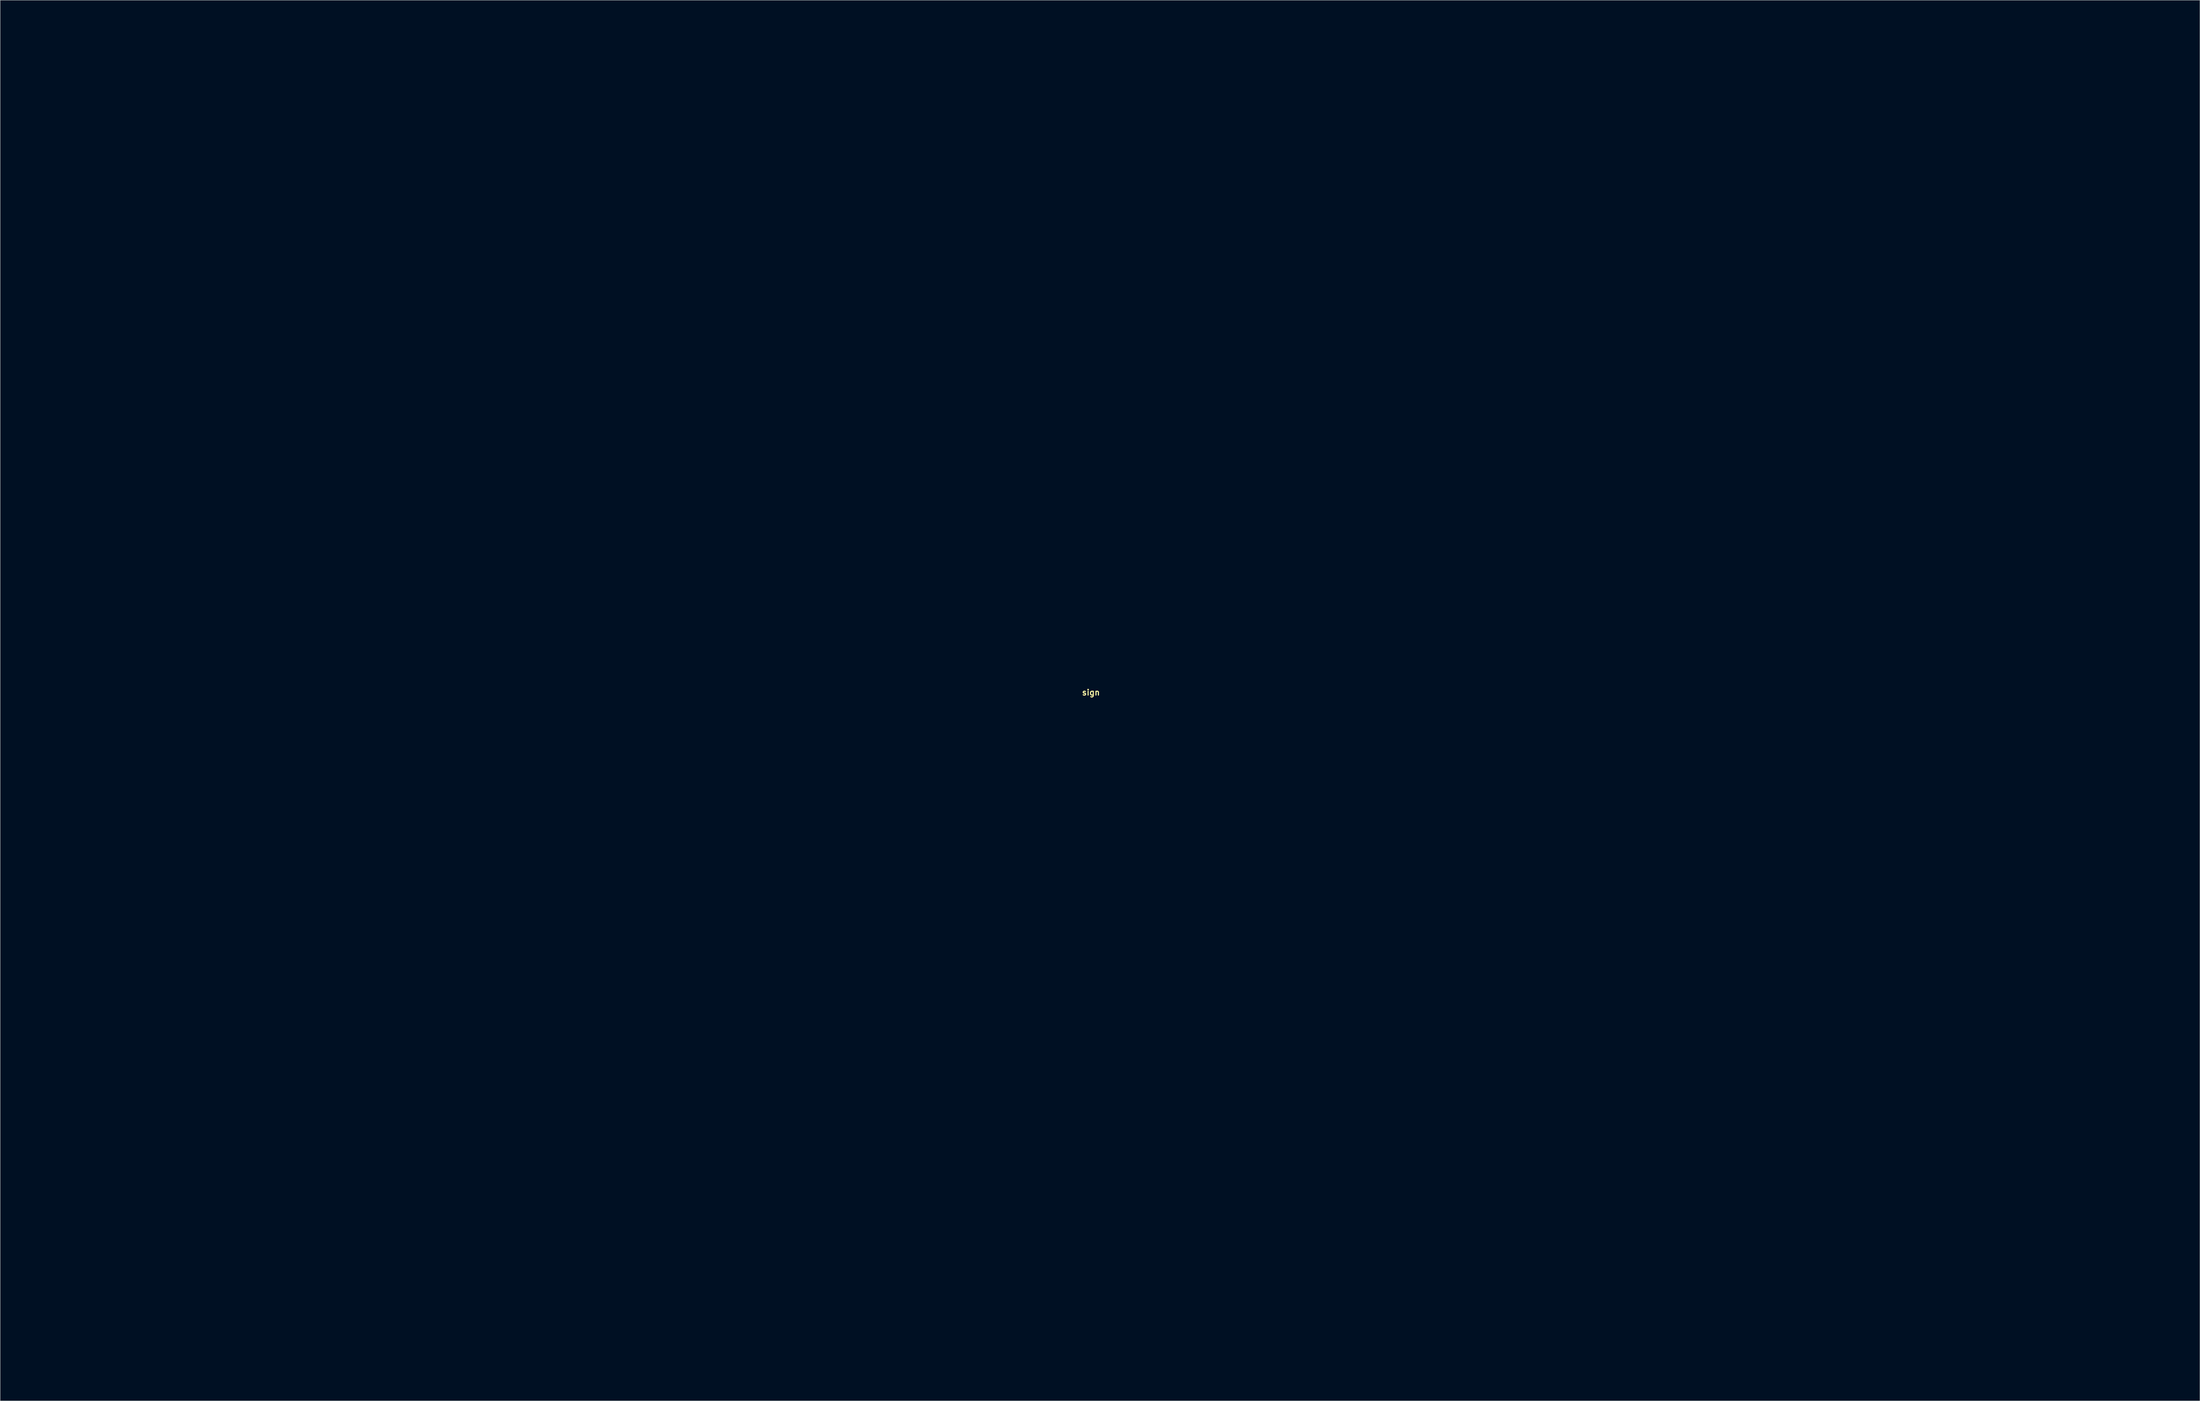
<source format=kicad_pcb>
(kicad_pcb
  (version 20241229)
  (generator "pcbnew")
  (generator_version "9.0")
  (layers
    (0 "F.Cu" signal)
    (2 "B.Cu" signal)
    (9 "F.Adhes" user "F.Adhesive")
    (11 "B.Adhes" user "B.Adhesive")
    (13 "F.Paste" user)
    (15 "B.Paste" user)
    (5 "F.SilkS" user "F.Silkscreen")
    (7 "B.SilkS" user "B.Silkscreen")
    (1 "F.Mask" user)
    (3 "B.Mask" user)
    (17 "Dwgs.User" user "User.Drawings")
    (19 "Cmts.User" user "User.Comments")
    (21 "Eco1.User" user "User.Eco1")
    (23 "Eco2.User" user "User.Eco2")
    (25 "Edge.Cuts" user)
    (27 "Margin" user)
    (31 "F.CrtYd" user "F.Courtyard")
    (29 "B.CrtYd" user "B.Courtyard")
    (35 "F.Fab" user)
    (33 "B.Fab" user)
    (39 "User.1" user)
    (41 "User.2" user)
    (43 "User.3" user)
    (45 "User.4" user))
  (footprint "sign"
    (layer "F.Cu")
    (at 288.927 182.282)
    (property "Reference" "sign" (at 0 0 0) (layer "F.SilkS") (effects (font (size 1.524 1.524) (thickness 0.3))))
    (attr through_hole)
    (fp_poly (pts (xy -61.26 -182.203) (xy -59.53 -182.062) (xy -57.405 -181.896) (xy -54.902 -181.735) (xy -52.348 -181.599) (xy -50.271 -181.512) (xy -47.745 -181.389) (xy -45.675 -181.191) (xy -43.81 -180.884) (xy -41.903 -180.436) (xy -41.804 -180.41) (xy -39.065 -179.699) (xy -36.862 -179.165) (xy -35.057 -178.781) (xy -33.51 -178.515) (xy -32.083 -178.34) (xy -31.83 -178.316) (xy -29.442 -177.942) (xy -27.462 -177.31) (xy -26.019 -176.464) (xy -25.853 -176.317) (xy -25.302 -175.918) (xy -24.568 -175.67) (xy -23.464 -175.529) (xy -22.195 -175.465) (xy -20.695 -175.385) (xy -19.679 -175.232) (xy -18.927 -174.948) (xy -18.218 -174.474) (xy -18.097 -174.378) (xy -16.904 -173.448) (xy -16.069 -172.873) (xy -15.407 -172.555) (xy -14.732 -172.4) (xy -14.176 -172.338) (xy -13.417 -172.139) (xy -12.167 -171.668) (xy -10.548 -170.983) (xy -8.683 -170.145) (xy -6.696 -169.212) (xy -4.708 -168.243) (xy -2.844 -167.298) (xy -1.225 -166.435) (xy 0.024 -165.714) (xy 0.782 -165.194) (xy 0.888 -165.093) (xy 1.638 -164.549) (xy 2.698 -164.084) (xy 2.963 -164.004) (xy 4.124 -163.599) (xy 5.285 -162.97) (xy 6.61 -162.016) (xy 8.114 -160.761) (xy 9.371 -159.789) (xy 10.79 -158.862) (xy 11.465 -158.487) (xy 12.689 -157.821) (xy 13.83 -157.126) (xy 14.287 -156.812) (xy 15.136 -156.228) (xy 15.815 -155.828) (xy 15.875 -155.801) (xy 16.865 -155.243) (xy 18.205 -154.306) (xy 19.818 -153.061) (xy 21.627 -151.576) (xy 23.557 -149.922) (xy 25.532 -148.168) (xy 27.476 -146.384) (xy 29.311 -144.639) (xy 30.963 -143.004) (xy 32.355 -141.548) (xy 33.41 -140.34) (xy 34.053 -139.45) (xy 34.219 -139.017) (xy 34.404 -138.512) (xy 35.03 -137.986) (xy 36.205 -137.35) (xy 36.424 -137.245) (xy 37.667 -136.488) (xy 39.23 -135.279) (xy 41.004 -133.726) (xy 42.882 -131.939) (xy 44.753 -130.026) (xy 46.511 -128.097) (xy 48.047 -126.26) (xy 49.252 -124.623) (xy 49.687 -123.931) (xy 50.411 -122.731) (xy 51.037 -121.776) (xy 51.458 -121.227) (xy 51.53 -121.164) (xy 51.757 -120.944) (xy 52.197 -120.418) (xy 52.881 -119.542) (xy 53.844 -118.276) (xy 55.115 -116.576) (xy 56.727 -114.4) (xy 58.714 -111.706) (xy 59.28 -110.936) (xy 60.146 -109.678) (xy 60.963 -108.362) (xy 61.356 -107.652) (xy 61.987 -106.495) (xy 62.796 -105.119) (xy 63.347 -104.232) (xy 64.05 -103.079) (xy 64.627 -102.036) (xy 64.9 -101.452) (xy 65.266 -100.716) (xy 65.897 -99.643) (xy 66.612 -98.533) (xy 67.381 -97.316) (xy 68.319 -95.718) (xy 69.28 -93.992) (xy 69.793 -93.026) (xy 70.604 -91.502) (xy 71.374 -90.113) (xy 72.001 -89.04) (xy 72.309 -88.562) (xy 72.804 -87.662) (xy 73.024 -86.854) (xy 73.025 -86.819) (xy 73.169 -86.216) (xy 73.559 -85.126) (xy 74.132 -83.696) (xy 74.825 -82.074) (xy 75.576 -80.407) (xy 76.322 -78.843) (xy 76.903 -77.708) (xy 77.351 -76.729) (xy 77.596 -75.916) (xy 77.611 -75.757) (xy 77.739 -75.116) (xy 78.073 -74.067) (xy 78.49 -72.964) (xy 79.049 -71.389) (xy 79.545 -69.658) (xy 79.771 -68.649) (xy 80.278 -66.201) (xy 80.777 -64.315) (xy 81.254 -63.04) (xy 81.645 -62.461) (xy 81.968 -61.904) (xy 82.016 -60.906) (xy 81.969 -60.386) (xy 81.983 -58.736) (xy 82.339 -57.679) (xy 82.745 -56.55) (xy 82.901 -55.463) (xy 83.016 -54.48) (xy 83.31 -53.182) (xy 83.578 -52.288) (xy 84.029 -50.774) (xy 84.467 -49.036) (xy 84.694 -47.978) (xy 85.004 -46.651) (xy 85.368 -45.504) (xy 85.658 -44.873) (xy 85.814 -44.524) (xy 85.937 -43.965) (xy 86.03 -43.118) (xy 86.097 -41.909) (xy 86.142 -40.26) (xy 86.168 -38.095) (xy 86.179 -35.338) (xy 86.179 -33.755) (xy 86.176 -30.758) (xy 86.163 -28.372) (xy 86.135 -26.504) (xy 86.086 -25.061) (xy 86.01 -23.949) (xy 85.902 -23.073) (xy 85.756 -22.341) (xy 85.566 -21.658) (xy 85.398 -21.143) (xy 84.993 -19.879) (xy 84.812 -18.963) (xy 84.84 -18.086) (xy 85.061 -16.936) (xy 85.172 -16.452) (xy 85.575 -14.361) (xy 85.708 -12.768) (xy 85.567 -11.734) (xy 85.396 -11.448) (xy 85.188 -10.937) (xy 84.988 -9.957) (xy 84.868 -8.996) (xy 84.589 -6.181) (xy 84.337 -3.976) (xy 84.098 -2.288) (xy 83.856 -1.023) (xy 83.6 -0.087) (xy 83.505 0.176) (xy 83.15 1.386) (xy 82.867 2.849) (xy 82.784 3.528) (xy 82.464 5.168) (xy 81.881 6.791) (xy 81.706 7.144) (xy 81.121 8.557) (xy 80.646 10.308) (xy 80.456 11.377) (xy 80.1 13.459) (xy 79.613 15.591) (xy 79.05 17.581) (xy 78.463 19.24) (xy 77.938 20.326) (xy 77.482 21.207) (xy 77.262 21.914) (xy 77.258 21.976) (xy 77.096 22.56) (xy 76.658 23.609) (xy 76.019 24.974) (xy 75.251 26.505) (xy 74.428 28.054) (xy 73.625 29.473) (xy 73.206 30.163) (xy 72.014 32.171) (xy 71.246 33.719) (xy 70.919 34.774) (xy 70.908 34.936) (xy 70.654 35.658) (xy 70.357 36.001) (xy 69.869 36.639) (xy 69.154 37.923) (xy 68.222 39.835) (xy 67.356 41.737) (xy 66.977 42.395) (xy 66.304 43.399) (xy 65.477 44.542) (xy 65.414 44.626) (xy 64.522 45.843) (xy 63.411 47.409) (xy 62.25 49.086) (xy 61.566 50.094) (xy 60.466 51.685) (xy 59.306 53.281) (xy 58.254 54.656) (xy 57.703 55.328) (xy 56.613 56.671) (xy 55.483 58.174) (xy 54.795 59.161) (xy 53.923 60.276) (xy 52.697 61.593) (xy 51.33 62.889) (xy 50.764 63.375) (xy 49.403 64.579) (xy 48.092 65.872) (xy 47.042 67.042) (xy 46.724 67.454) (xy 45.723 68.758) (xy 44.543 70.173) (xy 43.807 70.994) (xy 42.929 71.982) (xy 42.456 72.714) (xy 42.28 73.417) (xy 42.287 74.22) (xy 42.238 75.392) (xy 41.824 76.307) (xy 41.399 76.84) (xy 40.903 77.516) (xy 40.52 78.358) (xy 40.192 79.533) (xy 39.863 81.211) (xy 39.801 81.572) (xy 39.487 83.276) (xy 39.205 84.425) (xy 38.906 85.163) (xy 38.538 85.637) (xy 38.328 85.809) (xy 37.857 86.238) (xy 37.597 86.794) (xy 37.484 87.684) (xy 37.46 88.745) (xy 37.518 90.208) (xy 37.761 91.024) (xy 38.264 91.243) (xy 39.104 90.914) (xy 39.933 90.384) (xy 41.051 89.522) (xy 42.414 88.328) (xy 43.94 86.89) (xy 45.545 85.296) (xy 47.146 83.635) (xy 48.661 81.994) (xy 50.007 80.462) (xy 51.1 79.128) (xy 51.859 78.078) (xy 52.2 77.401) (xy 52.211 77.317) (xy 52.46 76.926) (xy 53.12 76.216) (xy 54.063 75.324) (xy 54.344 75.074) (xy 55.434 74.046) (xy 56.794 72.661) (xy 58.244 71.106) (xy 59.514 69.674) (xy 60.891 68.119) (xy 62.345 66.553) (xy 63.696 65.164) (xy 64.694 64.206) (xy 68.005 61.047) (xy 71.385 57.491) (xy 73.907 54.642) (xy 75.406 52.951) (xy 77.151 51.054) (xy 78.879 49.235) (xy 79.816 48.281) (xy 80.994 47.087) (xy 81.965 46.075) (xy 82.633 45.348) (xy 82.901 45.008) (xy 82.903 45.001) (xy 82.969 44.811) (xy 83.199 44.483) (xy 83.638 43.969) (xy 84.331 43.222) (xy 85.324 42.194) (xy 86.664 40.837) (xy 88.395 39.104) (xy 90.563 36.947) (xy 91.738 35.781) (xy 93.726 33.821) (xy 95.632 31.964) (xy 97.377 30.285) (xy 98.881 28.859) (xy 100.066 27.762) (xy 100.852 27.069) (xy 100.982 26.965) (xy 102.127 25.943) (xy 103.334 24.67) (xy 104.039 23.812) (xy 104.796 22.88) (xy 105.917 21.591) (xy 107.271 20.092) (xy 108.728 18.527) (xy 109.29 17.937) (xy 110.954 16.186) (xy 112.768 14.256) (xy 114.527 12.363) (xy 116.029 10.725) (xy 116.229 10.504) (xy 117.44 9.202) (xy 118.533 8.094) (xy 119.397 7.288) (xy 119.923 6.89) (xy 119.966 6.872) (xy 120.746 6.403) (xy 121.74 5.502) (xy 122.79 4.341) (xy 123.742 3.091) (xy 124.369 2.059) (xy 125.08 0.934) (xy 125.909 -0.029) (xy 126.267 -0.333) (xy 127.263 -0.9) (xy 128.488 -1.405) (xy 129.708 -1.774) (xy 130.687 -1.929) (xy 131.071 -1.886) (xy 131.616 -1.395) (xy 132.17 -0.49) (xy 132.603 0.554) (xy 132.785 1.458) (xy 132.759 1.715) (xy 132.844 2.58) (xy 133.39 3.743) (xy 134.312 5.054) (xy 135.267 6.113) (xy 136.518 7.427) (xy 137.285 8.417) (xy 137.632 9.2) (xy 137.626 9.894) (xy 137.542 10.167) (xy 137.024 11.159) (xy 136.53 11.818) (xy 136.028 12.639) (xy 135.658 13.725) (xy 135.627 13.877) (xy 135.177 15.089) (xy 134.328 16.421) (xy 134.018 16.801) (xy 133.039 18.037) (xy 132.086 19.408) (xy 131.701 20.033) (xy 130.986 21.22) (xy 130.264 22.337) (xy 129.974 22.754) (xy 129.313 23.794) (xy 128.668 25.003) (xy 128.564 25.224) (xy 128.031 26.322) (xy 127.508 27.284) (xy 127.4 27.461) (xy 126.89 28.396) (xy 126.255 29.741) (xy 125.587 31.276) (xy 124.979 32.783) (xy 124.524 34.044) (xy 124.338 34.701) (xy 124.01 35.659) (xy 123.442 36.835) (xy 123.117 37.394) (xy 122.479 38.677) (xy 121.927 40.221) (xy 121.705 41.099) (xy 121.328 42.463) (xy 120.807 43.72) (xy 120.439 44.336) (xy 119.936 45.176) (xy 119.346 46.406) (xy 118.755 47.812) (xy 118.25 49.181) (xy 117.915 50.299) (xy 117.828 50.85) (xy 117.616 51.4) (xy 117.081 52.227) (xy 116.75 52.652) (xy 115.943 53.827) (xy 115.023 55.474) (xy 114.086 57.392) (xy 113.229 59.378) (xy 112.547 61.233) (xy 112.365 61.824) (xy 112.012 62.899) (xy 111.689 63.635) (xy 111.501 63.853) (xy 111.246 64.145) (xy 110.82 64.886) (xy 110.32 65.873) (xy 109.845 66.904) (xy 109.493 67.775) (xy 109.361 68.273) (xy 109.165 68.708) (xy 108.678 69.439) (xy 108.528 69.641) (xy 107.298 71.673) (xy 106.301 74.168) (xy 105.804 76.024) (xy 105.389 77.539) (xy 104.834 79.087) (xy 104.501 79.838) (xy 104.062 80.892) (xy 103.851 81.754) (xy 103.868 82.083) (xy 103.766 82.706) (xy 103.177 83.611) (xy 102.896 83.94) (xy 101.882 85.445) (xy 101.498 86.813) (xy 101.157 88.269) (xy 100.507 90.13) (xy 99.62 92.205) (xy 98.818 93.839) (xy 98.335 94.955) (xy 97.874 96.313) (xy 97.729 96.838) (xy 97.369 98.017) (xy 96.819 99.543) (xy 96.184 101.123) (xy 96.055 101.424) (xy 95.326 103.096) (xy 94.549 104.876) (xy 93.88 106.405) (xy 93.821 106.539) (xy 93.208 108.188) (xy 92.669 110.055) (xy 92.401 111.301) (xy 92.118 112.731) (xy 91.786 114.038) (xy 91.501 114.882) (xy 91.158 115.923) (xy 91.017 116.855) (xy 90.915 117.699) (xy 90.656 118.862) (xy 90.491 119.447) (xy 90.177 120.684) (xy 89.988 121.821) (xy 89.962 122.21) (xy 89.754 123.209) (xy 89.355 123.907) (xy 88.986 124.528) (xy 89.134 124.817) (xy 89.466 125.303) (xy 89.754 126.157) (xy 89.771 126.229) (xy 90.234 127.266) (xy 90.824 127.762) (xy 91.532 127.908) (xy 92.363 127.706) (xy 93.386 127.111) (xy 94.67 126.078) (xy 96.283 124.561) (xy 97.367 123.473) (xy 98.826 122.029) (xy 100.334 120.614) (xy 101.714 119.387) (xy 102.79 118.511) (xy 102.805 118.5) (xy 104.295 117.23) (xy 105.261 115.989) (xy 105.581 115.358) (xy 106.197 114.157) (xy 107.032 112.792) (xy 107.578 112.007) (xy 108.512 110.676) (xy 109.457 109.219) (xy 109.903 108.479) (xy 111.759 105.666) (xy 114.201 102.627) (xy 116.801 99.811) (xy 118.118 98.369) (xy 119.421 96.782) (xy 120.512 95.3) (xy 120.925 94.661) (xy 121.97 93.153) (xy 123.258 91.613) (xy 124.388 90.487) (xy 125.66 89.234) (xy 126.975 87.719) (xy 127.935 86.431) (xy 129.72 83.787) (xy 131.223 81.635) (xy 132.526 79.862) (xy 133.716 78.357) (xy 134.876 77.008) (xy 135.924 75.877) (xy 137.366 74.283) (xy 138.372 72.944) (xy 139.066 71.685) (xy 139.329 71.046) (xy 139.751 70.029) (xy 140.277 69.022) (xy 140.971 67.94) (xy 141.897 66.697) (xy 143.119 65.207) (xy 144.701 63.383) (xy 146.708 61.14) (xy 146.76 61.083) (xy 147.232 60.368) (xy 147.332 59.793) (xy 147.329 59.783) (xy 147.427 59.282) (xy 147.853 58.39) (xy 148.519 57.287) (xy 148.628 57.123) (xy 149.636 55.613) (xy 150.741 53.933) (xy 151.518 52.733) (xy 152.524 51.227) (xy 153.681 49.586) (xy 154.513 48.462) (xy 155.85 46.686) (xy 156.784 45.371) (xy 157.366 44.44) (xy 157.647 43.813) (xy 157.692 43.54) (xy 157.847 42.905) (xy 158.345 42.027) (xy 159.235 40.836) (xy 160.567 39.263) (xy 161.331 38.404) (xy 162.537 37.028) (xy 163.725 35.615) (xy 164.708 34.391) (xy 165.043 33.947) (xy 166.018 32.655) (xy 167.08 31.3) (xy 167.615 30.644) (xy 168.381 29.622) (xy 168.961 28.668) (xy 169.152 28.222) (xy 169.54 27.469) (xy 170.253 26.504) (xy 170.766 25.929) (xy 171.527 24.996) (xy 172.457 23.65) (xy 173.411 22.108) (xy 173.903 21.235) (xy 174.899 19.518) (xy 176.045 17.72) (xy 177.151 16.135) (xy 177.568 15.591) (xy 178.513 14.309) (xy 179.321 13.037) (xy 179.846 12.011) (xy 179.911 11.838) (xy 180.413 10.793) (xy 181.218 9.588) (xy 181.835 8.839) (xy 184.446 5.796) (xy 186.957 2.48) (xy 188.033 0.939) (xy 189.469 -0.976) (xy 191.019 -2.73) (xy 192.599 -4.258) (xy 194.127 -5.494) (xy 195.519 -6.373) (xy 196.692 -6.83) (xy 197.562 -6.8) (xy 197.758 -6.681) (xy 198.061 -6.14) (xy 198.335 -5.179) (xy 198.428 -4.663) (xy 198.626 -3.74) (xy 198.99 -2.952) (xy 199.642 -2.107) (xy 200.704 -1.012) (xy 200.794 -0.924) (xy 202.174 0.519) (xy 203.017 1.672) (xy 203.368 2.644) (xy 203.271 3.546) (xy 202.882 4.319) (xy 202.396 5.128) (xy 201.862 6.133) (xy 201.222 7.455) (xy 200.418 9.211) (xy 199.573 11.113) (xy 198.96 12.414) (xy 198.361 13.535) (xy 197.899 14.249) (xy 197.867 14.287) (xy 197.373 15.02) (xy 196.797 16.104) (xy 196.5 16.757) (xy 195.912 18.08) (xy 195.192 19.62) (xy 194.712 20.606) (xy 194.17 21.823) (xy 193.795 22.908) (xy 193.675 23.545) (xy 193.536 24.289) (xy 193.172 25.427) (xy 192.66 26.716) (xy 192.644 26.752) (xy 192.087 28.088) (xy 191.624 29.317) (xy 191.357 30.163) (xy 191.068 31.077) (xy 190.598 32.304) (xy 190.233 33.161) (xy 189.645 34.595) (xy 188.995 36.37) (xy 188.351 38.28) (xy 187.778 40.123) (xy 187.342 41.693) (xy 187.127 42.686) (xy 186.865 43.798) (xy 186.447 45.096) (xy 186.29 45.508) (xy 185.844 46.727) (xy 185.266 48.478) (xy 184.599 50.612) (xy 183.889 52.978) (xy 183.18 55.427) (xy 182.518 57.808) (xy 181.947 59.971) (xy 181.881 60.231) (xy 181.597 61.751) (xy 181.398 63.566) (xy 181.328 65.171) (xy 181.154 68.086) (xy 180.669 70.969) (xy 179.924 73.534) (xy 179.695 74.109) (xy 179.311 75.259) (xy 179.162 76.487) (xy 179.212 78.095) (xy 179.216 78.14) (xy 179.246 79.665) (xy 179.166 81.543) (xy 178.993 83.437) (xy 178.925 83.961) (xy 178.698 86.207) (xy 178.605 88.633) (xy 178.639 91.056) (xy 178.794 93.293) (xy 179.063 95.161) (xy 179.356 96.264) (xy 179.672 97.511) (xy 179.876 99.038) (xy 179.919 99.969) (xy 180.015 101.525) (xy 180.335 102.643) (xy 180.646 103.188) (xy 181.174 104.063) (xy 181.837 105.301) (xy 182.429 106.507) (xy 183.504 108.565) (xy 184.735 110.537) (xy 186.029 112.302) (xy 187.291 113.736) (xy 188.428 114.718) (xy 189.021 115.044) (xy 189.741 115.195) (xy 190.944 115.323) (xy 192.409 115.407) (xy 192.901 115.421) (xy 195.844 115.263) (xy 198.331 114.637) (xy 200.378 113.573) (xy 201.118 113.116) (xy 202.255 112.466) (xy 203.56 111.754) (xy 203.729 111.665) (xy 205.445 110.599) (xy 207.105 109.306) (xy 207.962 108.49) (xy 209.128 107.377) (xy 210.607 106.132) (xy 212.113 104.992) (xy 212.372 104.812) (xy 213.953 103.716) (xy 215.092 102.879) (xy 215.935 102.169) (xy 216.631 101.459) (xy 217.327 100.616) (xy 217.741 100.078) (xy 218.759 98.904) (xy 219.934 97.781) (xy 220.553 97.287) (xy 221.64 96.467) (xy 222.257 95.857) (xy 222.534 95.289) (xy 222.597 94.648) (xy 222.861 93.961) (xy 223.581 92.975) (xy 224.48 92.002) (xy 225.514 90.922) (xy 226.43 89.875) (xy 227.032 89.085) (xy 227.038 89.077) (xy 229.274 86.114) (xy 231.958 83.404) (xy 233.331 82.274) (xy 235.918 80.119) (xy 238.13 77.911) (xy 239.871 75.756) (xy 240.976 73.907) (xy 241.632 72.757) (xy 242.656 71.228) (xy 243.941 69.465) (xy 245.377 67.608) (xy 246.856 65.801) (xy 248.272 64.186) (xy 248.629 63.802) (xy 249.897 62.363) (xy 250.783 61.08) (xy 251.462 59.679) (xy 251.773 58.862) (xy 252.502 57.121) (xy 253.341 55.787) (xy 254.349 54.681) (xy 255.434 53.465) (xy 256.453 52.047) (xy 256.948 51.191) (xy 257.619 49.965) (xy 258.322 48.851) (xy 258.711 48.328) (xy 259.431 47.286) (xy 260.001 46.173) (xy 260.433 45.288) (xy 261.122 44.069) (xy 261.926 42.766) (xy 262.008 42.64) (xy 262.827 41.272) (xy 263.537 39.887) (xy 263.994 38.771) (xy 264.009 38.72) (xy 264.455 37.592) (xy 265.002 36.656) (xy 265.19 36.435) (xy 265.66 35.763) (xy 266.24 34.653) (xy 266.81 33.334) (xy 266.856 33.213) (xy 267.359 31.981) (xy 267.807 31.023) (xy 268.117 30.519) (xy 268.15 30.491) (xy 268.515 30.042) (xy 269.045 29.134) (xy 269.646 27.965) (xy 270.222 26.732) (xy 270.677 25.633) (xy 270.917 24.864) (xy 270.933 24.724) (xy 271.095 24.044) (xy 271.289 23.811) (xy 271.648 23.38) (xy 272.137 22.551) (xy 272.343 22.145) (xy 272.759 21.112) (xy 272.784 20.469) (xy 272.65 20.227) (xy 271.868 19.805) (xy 270.747 19.903) (xy 269.699 20.349) (xy 268.42 20.769) (xy 266.533 20.956) (xy 266.123 20.965) (xy 264.771 20.953) (xy 263.92 20.85) (xy 263.367 20.601) (xy 262.908 20.152) (xy 262.872 20.108) (xy 262.346 19.272) (xy 262.123 18.521) (xy 261.924 17.752) (xy 261.457 16.832) (xy 261.408 16.757) (xy 260.927 15.817) (xy 260.707 14.966) (xy 260.705 14.916) (xy 260.559 14.347) (xy 260.174 14.336) (xy 259.715 14.431) (xy 259.644 14.377) (xy 259.787 14.014) (xy 260.174 13.141) (xy 260.751 11.884) (xy 261.458 10.37) (xy 261.541 10.194) (xy 262.298 8.523) (xy 262.954 6.955) (xy 263.437 5.667) (xy 263.675 4.843) (xy 264.177 3.54) (xy 265.201 2.07) (xy 265.431 1.802) (xy 266.379 0.612) (xy 266.913 -0.446) (xy 267.183 -1.664) (xy 267.184 -1.675) (xy 267.331 -2.524) (xy 267.574 -3.296) (xy 267.982 -4.097) (xy 268.622 -5.03) (xy 269.564 -6.198) (xy 270.877 -7.706) (xy 271.992 -8.952) (xy 273.58 -10.632) (xy 274.917 -11.873) (xy 275.939 -12.617) (xy 276.225 -12.755) (xy 277.178 -12.98) (xy 278.574 -13.144) (xy 280.153 -13.218) (xy 280.458 -13.22) (xy 282.668 -13.114) (xy 284.332 -12.763) (xy 285.585 -12.1) (xy 286.564 -11.059) (xy 287.239 -9.914) (xy 287.913 -8.824) (xy 288.933 -7.465) (xy 290.133 -6.051) (xy 290.817 -5.319) (xy 293.436 -2.628) (xy 293.684 0.017) (xy 293.782 1.752) (xy 293.684 3.015) (xy 293.431 3.887) (xy 293.134 4.814) (xy 293.171 5.605) (xy 293.453 6.442) (xy 293.736 7.327) (xy 293.79 8.156) (xy 293.618 9.233) (xy 293.491 9.784) (xy 293.268 10.596) (xy 292.96 11.459) (xy 292.516 12.477) (xy 291.886 13.756) (xy 291.021 15.401) (xy 289.87 17.518) (xy 289.415 18.344) (xy 289.047 19.256) (xy 288.925 19.932) (xy 288.729 20.696) (xy 288.258 21.612) (xy 288.202 21.696) (xy 287.535 22.768) (xy 286.968 23.812) (xy 286.434 24.754) (xy 285.699 25.872) (xy 285.404 26.282) (xy 284.6 27.466) (xy 283.762 28.849) (xy 283.427 29.457) (xy 282.777 30.593) (xy 282.128 31.573) (xy 281.816 31.966) (xy 281.36 32.632) (xy 280.753 33.745) (xy 280.106 35.094) (xy 279.93 35.493) (xy 279.125 37.131) (xy 278.136 38.828) (xy 277.167 40.236) (xy 277.098 40.324) (xy 276.228 41.505) (xy 275.505 42.643) (xy 275.085 43.492) (xy 275.083 43.499) (xy 274.594 44.565) (xy 273.92 45.654) (xy 273.852 45.745) (xy 273.182 46.85) (xy 272.688 48.03) (xy 272.662 48.118) (xy 272.23 49.132) (xy 271.519 50.306) (xy 271.092 50.879) (xy 270.316 51.871) (xy 269.547 52.94) (xy 268.684 54.239) (xy 267.625 55.917) (xy 266.937 57.033) (xy 266.225 58.156) (xy 265.268 59.609) (xy 264.231 61.15) (xy 263.79 61.793) (xy 262.928 63.107) (xy 262.247 64.272) (xy 261.837 65.129) (xy 261.758 65.437) (xy 261.497 66.208) (xy 260.76 67.356) (xy 259.608 68.799) (xy 258.101 70.454) (xy 257.914 70.647) (xy 256.773 72.11) (xy 255.956 73.711) (xy 255.889 73.903) (xy 255.559 74.807) (xy 255.166 75.609) (xy 254.625 76.412) (xy 253.853 77.317) (xy 252.766 78.428) (xy 251.282 79.844) (xy 250.226 80.828) (xy 248.92 82.056) (xy 247.794 83.146) (xy 246.956 83.992) (xy 246.512 84.489) (xy 246.481 84.535) (xy 246.287 85.205) (xy 246.181 86.203) (xy 246.176 86.379) (xy 246.096 87.076) (xy 245.824 87.812) (xy 245.287 88.723) (xy 244.408 89.944) (xy 243.64 90.94) (xy 241.87 93.147) (xy 239.928 95.471) (xy 237.928 97.783) (xy 235.984 99.955) (xy 234.208 101.859) (xy 232.714 103.367) (xy 232.351 103.711) (xy 231.093 105.021) (xy 230.085 106.34) (xy 229.593 107.222) (xy 229.05 108.242) (xy 228.272 109.409) (xy 227.381 110.574) (xy 226.501 111.583) (xy 225.752 112.288) (xy 225.277 112.536) (xy 224.586 112.781) (xy 223.487 113.471) (xy 222.061 114.542) (xy 220.387 115.929) (xy 218.544 117.567) (xy 216.612 119.391) (xy 215.371 120.621) (xy 213.592 122.37) (xy 211.978 123.869) (xy 210.616 125.038) (xy 209.598 125.798) (xy 209.265 125.991) (xy 208.069 126.637) (xy 206.71 127.461) (xy 206.027 127.912) (xy 202.895 129.777) (xy 199.661 131.097) (xy 196.181 131.914) (xy 192.314 132.269) (xy 190.93 132.291) (xy 188.266 132.182) (xy 185.906 131.814) (xy 183.733 131.131) (xy 181.629 130.076) (xy 180.238 129.117) (xy 180.622 129.117) (xy 180.751 129.407) (xy 180.857 129.352) (xy 180.9 128.933) (xy 180.857 128.881) (xy 180.648 128.93) (xy 180.622 129.117) (xy 180.238 129.117) (xy 179.476 128.591) (xy 177.157 126.619) (xy 174.973 124.523) (xy 173.309 122.845) (xy 172.057 121.523) (xy 171.116 120.429) (xy 170.385 119.432) (xy 169.762 118.405) (xy 169.147 117.22) (xy 169.012 116.946) (xy 168.302 115.371) (xy 167.695 113.818) (xy 167.284 112.528) (xy 167.183 112.074) (xy 166.54 110.184) (xy 165.829 109.157) (xy 165.115 108.187) (xy 164.624 107.233) (xy 164.544 106.973) (xy 164.326 106.085) (xy 164.001 104.856) (xy 163.782 104.069) (xy 163.455 102.575) (xy 163.216 100.862) (xy 163.145 99.909) (xy 163.054 98.473) (xy 162.914 97.11) (xy 162.803 96.381) (xy 162.675 95.312) (xy 162.604 93.892) (xy 162.602 92.762) (xy 162.529 91.046) (xy 162.262 89.591) (xy 162.112 89.157) (xy 161.67 87.577) (xy 161.633 85.802) (xy 162.001 83.658) (xy 162.114 83.206) (xy 162.39 82.027) (xy 162.554 81.096) (xy 162.575 80.686) (xy 162.567 79.861) (xy 162.714 78.58) (xy 162.979 77.065) (xy 163.321 75.537) (xy 163.703 74.22) (xy 163.713 74.19) (xy 164.012 72.97) (xy 164.247 71.339) (xy 164.412 69.468) (xy 164.5 67.523) (xy 164.507 65.673) (xy 164.426 64.088) (xy 164.251 62.934) (xy 164.106 62.53) (xy 163.691 61.954) (xy 163.215 61.801) (xy 162.529 62.09) (xy 161.481 62.841) (xy 161.447 62.867) (xy 159.99 64.045) (xy 158.997 64.994) (xy 158.334 65.859) (xy 157.896 66.711) (xy 157.392 67.551) (xy 156.539 68.637) (xy 155.514 69.749) (xy 155.423 69.838) (xy 154.493 70.792) (xy 153.8 71.581) (xy 153.47 72.059) (xy 153.458 72.108) (xy 153.322 72.616) (xy 152.979 73.49) (xy 152.806 73.884) (xy 152.239 75.155) (xy 151.633 76.55) (xy 151.483 76.904) (xy 150.989 77.83) (xy 150.169 79.118) (xy 149.146 80.582) (xy 148.242 81.782) (xy 147.125 83.236) (xy 146.08 84.637) (xy 145.238 85.807) (xy 144.79 86.471) (xy 143.972 87.646) (xy 143.014 88.866) (xy 142.746 89.177) (xy 141.821 90.295) (xy 140.847 91.581) (xy 140.498 92.075) (xy 139.627 93.242) (xy 138.546 94.55) (xy 137.84 95.336) (xy 136.824 96.545) (xy 135.738 98.036) (xy 134.914 99.325) (xy 134.071 100.682) (xy 133.179 101.991) (xy 132.45 102.943) (xy 131.684 103.898) (xy 130.727 105.17) (xy 129.781 106.49) (xy 129.747 106.539) (xy 128.775 107.819) (xy 127.497 109.339) (xy 126.124 110.854) (xy 125.46 111.54) (xy 124.163 112.893) (xy 123.33 113.895) (xy 122.886 114.649) (xy 122.754 115.244) (xy 122.703 115.87) (xy 122.523 116.483) (xy 122.146 117.191) (xy 121.503 118.099) (xy 120.529 119.313) (xy 119.154 120.94) (xy 119.062 121.048) (xy 116.818 123.858) (xy 114.647 126.919) (xy 112.726 129.972) (xy 111.65 131.917) (xy 110.554 133.44) (xy 108.777 135.093) (xy 108.329 135.447) (xy 106.969 136.607) (xy 105.641 137.922) (xy 104.6 139.14) (xy 104.463 139.328) (xy 103.473 140.578) (xy 102.208 141.966) (xy 100.952 143.179) (xy 99.548 144.346) (xy 97.971 145.532) (xy 96.351 146.655) (xy 94.816 147.629) (xy 93.495 148.372) (xy 92.517 148.801) (xy 92.16 148.872) (xy 91.297 149.008) (xy 90.23 149.342) (xy 90.058 149.411) (xy 89.002 149.684) (xy 87.441 149.883) (xy 85.575 150.004) (xy 83.601 150.042) (xy 81.717 149.993) (xy 80.12 149.852) (xy 79.135 149.656) (xy 78.243 149.295) (xy 77.499 148.724) (xy 76.719 147.777) (xy 76.219 147.053) (xy 75.473 145.852) (xy 74.887 144.754) (xy 74.583 143.989) (xy 74.58 143.973) (xy 74.312 142.975) (xy 74.092 142.346) (xy 73.307 140.401) (xy 72.738 138.909) (xy 72.316 137.678) (xy 71.973 136.517) (xy 71.816 135.926) (xy 71.55 134.791) (xy 71.434 133.854) (xy 71.465 132.866) (xy 71.646 131.576) (xy 71.81 130.634) (xy 72.106 128.969) (xy 72.39 127.328) (xy 72.611 126.009) (xy 72.65 125.765) (xy 72.948 124.395) (xy 73.361 123.059) (xy 73.518 122.665) (xy 73.917 121.239) (xy 73.876 119.611) (xy 73.797 118.652) (xy 73.889 117.813) (xy 74.208 116.862) (xy 74.814 115.565) (xy 74.924 115.344) (xy 75.531 114.022) (xy 75.982 112.833) (xy 76.193 111.999) (xy 76.2 111.895) (xy 76.341 111.022) (xy 76.783 109.763) (xy 77.553 108.051) (xy 78.678 105.818) (xy 78.732 105.714) (xy 79.569 103.803) (xy 80.39 101.339) (xy 81.148 98.474) (xy 81.472 97.014) (xy 81.816 96.002) (xy 82.411 94.771) (xy 82.82 94.076) (xy 83.516 92.813) (xy 83.792 91.764) (xy 83.788 91.051) (xy 83.804 90.227) (xy 84.053 89.34) (xy 84.604 88.203) (xy 85.225 87.126) (xy 85.935 85.886) (xy 86.476 84.839) (xy 86.76 84.158) (xy 86.783 84.036) (xy 86.918 83.492) (xy 87.274 82.508) (xy 87.778 81.285) (xy 87.842 81.139) (xy 88.367 79.805) (xy 88.746 78.585) (xy 88.9 77.732) (xy 88.9 77.705) (xy 89.058 76.927) (xy 89.477 75.746) (xy 90.08 74.376) (xy 90.311 73.907) (xy 91.212 71.908) (xy 91.668 70.346) (xy 91.722 69.767) (xy 91.948 68.245) (xy 92.664 66.636) (xy 93.923 64.815) (xy 94.589 63.748) (xy 95.016 62.653) (xy 95.078 62.311) (xy 95.29 61.417) (xy 95.747 60.163) (xy 96.352 58.809) (xy 96.404 58.703) (xy 97.38 56.617) (xy 98.038 54.843) (xy 98.471 53.117) (xy 98.58 52.517) (xy 98.652 51.552) (xy 98.441 51.079) (xy 97.911 51.109) (xy 97.026 51.653) (xy 95.75 52.723) (xy 94.677 53.721) (xy 92.695 55.637) (xy 90.61 57.693) (xy 88.507 59.805) (xy 86.468 61.886) (xy 84.577 63.85) (xy 82.916 65.611) (xy 81.571 67.082) (xy 80.623 68.178) (xy 80.415 68.439) (xy 79.554 69.492) (xy 78.368 70.86) (xy 77.023 72.355) (xy 75.883 73.578) (xy 74.463 75.099) (xy 72.784 76.933) (xy 71.047 78.858) (xy 69.453 80.654) (xy 69.321 80.805) (xy 67.904 82.385) (xy 66.141 84.292) (xy 64.192 86.359) (xy 62.212 88.418) (xy 60.564 90.097) (xy 58.909 91.795) (xy 57.352 93.448) (xy 55.99 94.948) (xy 54.922 96.189) (xy 54.245 97.06) (xy 54.179 97.158) (xy 53.277 98.426) (xy 52.158 99.821) (xy 51.361 100.718) (xy 50.388 101.847) (xy 49.246 103.315) (xy 48.136 104.86) (xy 47.805 105.352) (xy 46.796 106.768) (xy 45.722 108.097) (xy 44.761 109.124) (xy 44.439 109.409) (xy 42.831 110.725) (xy 41.652 111.746) (xy 40.77 112.604) (xy 40.054 113.434) (xy 39.371 114.367) (xy 39.074 114.803) (xy 37.653 116.758) (xy 35.834 119.005) (xy 33.753 121.378) (xy 33.004 122.191) (xy 32.167 123.192) (xy 31.348 124.325) (xy 31.245 124.484) (xy 30.665 125.246) (xy 29.71 126.337) (xy 28.52 127.605) (xy 27.393 128.739) (xy 26.019 130.119) (xy 25.072 131.177) (xy 24.447 132.055) (xy 24.039 132.894) (xy 23.825 133.535) (xy 23.448 134.56) (xy 22.884 135.513) (xy 22.009 136.567) (xy 20.808 137.793) (xy 19.711 138.845) (xy 18.779 139.696) (xy 18.141 140.233) (xy 17.95 140.357) (xy 17.598 140.734) (xy 17.142 141.537) (xy 16.951 141.953) (xy 16.428 142.835) (xy 15.536 144.013) (xy 14.419 145.304) (xy 13.698 146.059) (xy 12.384 147.451) (xy 11.076 148.96) (xy 9.979 150.342) (xy 9.596 150.879) (xy 8.832 151.967) (xy 8.188 152.817) (xy 7.788 153.263) (xy 7.761 153.282) (xy 7.397 153.667) (xy 6.776 154.473) (xy 6.029 155.529) (xy 5.984 155.595) (xy 5.101 156.767) (xy 3.896 158.198) (xy 2.561 159.664) (xy 1.822 160.424) (xy 0.538 161.76) (xy -0.692 163.135) (xy -1.692 164.348) (xy -2.116 164.924) (xy -3.893 167.419) (xy -5.674 169.698) (xy -7.342 171.616) (xy -8.547 172.822) (xy -9.662 173.956) (xy -10.865 175.358) (xy -11.761 176.54) (xy -13.351 178.645) (xy -15.362 181.002) (xy -17.867 183.696) (xy -17.903 183.733) (xy -18.583 184.494) (xy -18.994 185.058) (xy -19.05 185.2) (xy -19.366 185.644) (xy -20.165 186.058) (xy -21.226 186.388) (xy -22.328 186.581) (xy -23.248 186.584) (xy -23.766 186.342) (xy -23.768 186.339) (xy -24.22 186.087) (xy -25.129 185.844) (xy -25.753 185.737) (xy -26.969 185.487) (xy -27.491 185.168) (xy -27.315 184.784) (xy -27.164 184.679) (xy -26.871 184.135) (xy -26.846 183.227) (xy -27.061 182.232) (xy -27.481 181.435) (xy -28.177 180.832) (xy -29.226 180.165) (xy -29.838 179.847) (xy -30.922 179.208) (xy -31.782 178.482) (xy -32.06 178.121) (xy -32.339 177.497) (xy -32.336 176.91) (xy -32.023 176.086) (xy -31.817 175.651) (xy -31.098 174.418) (xy -30.172 173.133) (xy -29.795 172.685) (xy -28.885 171.507) (xy -28.071 170.189) (xy -27.826 169.696) (xy -27.216 168.625) (xy -26.298 167.345) (xy -25.291 166.156) (xy -23.134 163.749) (xy -21.44 161.651) (xy -20.238 159.902) (xy -19.558 158.542) (xy -19.498 158.357) (xy -18.93 157.141) (xy -17.914 155.688) (xy -17.093 154.728) (xy -14.914 152.258) (xy -12.64 149.519) (xy -10.421 146.703) (xy -8.409 144.001) (xy -6.777 141.64) (xy -5.766 140.117) (xy -4.796 138.686) (xy -3.987 137.524) (xy -3.515 136.878) (xy -2.773 135.732) (xy -2.1 134.405) (xy -1.958 134.06) (xy -1.286 132.843) (xy -0.091 131.281) (xy 1.576 129.442) (xy 2.874 128.066) (xy 3.776 127.008) (xy 4.397 126.096) (xy 4.851 125.16) (xy 5.251 124.03) (xy 5.302 123.869) (xy 5.725 122.624) (xy 6.108 121.664) (xy 6.376 121.17) (xy 6.403 121.146) (xy 6.659 120.677) (xy 6.703 120.312) (xy 6.893 119.693) (xy 7.388 118.729) (xy 7.986 117.775) (xy 8.858 116.373) (xy 9.709 114.819) (xy 10.129 113.947) (xy 10.828 112.621) (xy 11.671 111.352) (xy 12.15 110.772) (xy 13.165 109.308) (xy 13.913 107.325) (xy 14.37 105.128) (xy 14.705 104.004) (xy 15.282 102.838) (xy 15.394 102.665) (xy 16.115 101) (xy 16.228 99.974) (xy 16.366 98.66) (xy 16.704 97.379) (xy 16.757 97.245) (xy 17.152 96.216) (xy 17.196 95.608) (xy 16.822 95.194) (xy 16.039 94.786) (xy 14.581 94.279) (xy 13.386 94.331) (xy 12.347 94.897) (xy 11.641 95.383) (xy 11.165 95.595) (xy 11.16 95.595) (xy 10.731 95.794) (xy 9.934 96.3) (xy 9.172 96.838) (xy 8.24 97.498) (xy 7.545 97.946) (xy 7.283 98.072) (xy 6.874 98.209) (xy 6.032 98.564) (xy 5.213 98.933) (xy 3.924 99.524) (xy 2.678 100.087) (xy 2.117 100.337) (xy 0.953 100.895) (xy -0.149 101.489) (xy -0.177 101.505) (xy -1.928 102.527) (xy -3.208 103.242) (xy -4.145 103.711) (xy -4.867 104) (xy -5.504 104.17) (xy -5.691 104.206) (xy -6.786 104.567) (xy -7.984 105.191) (xy -8.346 105.434) (xy -9.501 106.146) (xy -10.913 106.852) (xy -11.651 107.16) (xy -12.982 107.714) (xy -14.572 108.447) (xy -15.989 109.155) (xy -17.227 109.765) (xy -18.285 110.213) (xy -18.961 110.416) (xy -19.018 110.419) (xy -19.615 110.614) (xy -20.559 111.123) (xy -21.55 111.769) (xy -23.521 113.003) (xy -25.767 114.153) (xy -28.058 115.118) (xy -30.169 115.799) (xy -31.267 116.032) (xy -32.801 116.391) (xy -34.494 116.97) (xy -35.578 117.449) (xy -36.737 117.999) (xy -37.689 118.39) (xy -38.215 118.533) (xy -38.735 118.685) (xy -39.704 119.091) (xy -40.949 119.675) (xy -41.488 119.943) (xy -42.777 120.575) (xy -43.843 121.061) (xy -44.518 121.326) (xy -44.644 121.354) (xy -45.193 121.581) (xy -45.455 121.797) (xy -46.157 122.187) (xy -46.672 122.298) (xy -47.854 122.506) (xy -49.56 122.964) (xy -51.669 123.634) (xy -54.062 124.477) (xy -56.619 125.455) (xy -57.503 125.81) (xy -59.589 126.652) (xy -61.211 127.278) (xy -62.555 127.743) (xy -63.809 128.104) (xy -65.158 128.417) (xy -66.791 128.739) (xy -67.91 128.945) (xy -69.623 129.314) (xy -71.34 129.774) (xy -72.75 130.241) (xy -73.025 130.351) (xy -74.901 130.945) (xy -77.119 131.324) (xy -77.722 131.379) (xy -81.056 131.945) (xy -83.129 132.642) (xy -85.349 133.384) (xy -87.276 133.692) (xy -87.78 133.706) (xy -89.281 133.808) (xy -91.223 134.081) (xy -93.376 134.48) (xy -95.509 134.962) (xy -97.391 135.484) (xy -97.719 135.59) (xy -100.373 136.466) (xy -102.489 137.141) (xy -104.194 137.645) (xy -105.618 138.008) (xy -106.889 138.26) (xy -108.135 138.43) (xy -109.485 138.549) (xy -110.772 138.63) (xy -112.927 138.783) (xy -114.584 138.986) (xy -115.953 139.273) (xy -117.24 139.682) (xy -117.605 139.82) (xy -119.585 140.453) (xy -121.483 140.728) (xy -122.546 140.758) (xy -124.017 140.811) (xy -125.387 140.947) (xy -126.297 141.123) (xy -129.043 141.793) (xy -132.288 142.341) (xy -135.831 142.737) (xy -137.76 142.875) (xy -139.698 143.023) (xy -141.574 143.231) (xy -143.175 143.471) (xy -144.275 143.712) (xy -145.137 143.921) (xy -146.199 144.075) (xy -147.569 144.182) (xy -149.355 144.249) (xy -151.664 144.282) (xy -153.623 144.288) (xy -155.993 144.305) (xy -158.26 144.351) (xy -160.28 144.421) (xy -161.908 144.51) (xy -162.999 144.612) (xy -163.114 144.629) (xy -164.138 144.74) (xy -165.71 144.839) (xy -167.674 144.92) (xy -169.872 144.976) (xy -171.934 144.999) (xy -174.704 145.032) (xy -177.867 145.103) (xy -181.114 145.201) (xy -184.133 145.32) (xy -185.482 145.385) (xy -188.887 145.518) (xy -192.422 145.561) (xy -196.259 145.515) (xy -200.573 145.377) (xy -201.887 145.323) (xy -204.632 145.205) (xy -207.337 145.09) (xy -209.864 144.984) (xy -212.074 144.893) (xy -213.831 144.822) (xy -214.842 144.784) (xy -216.724 144.679) (xy -218.725 144.511) (xy -220.479 144.311) (xy -220.839 144.259) (xy -222.65 144.004) (xy -224.664 143.751) (xy -226.131 143.588) (xy -227.779 143.368) (xy -229.468 143.06) (xy -230.717 142.76) (xy -232.007 142.451) (xy -233.682 142.133) (xy -235.425 141.865) (xy -235.797 141.817) (xy -237.552 141.567) (xy -239.35 141.256) (xy -240.854 140.943) (xy -241.089 140.886) (xy -242.427 140.561) (xy -243.65 140.289) (xy -244.299 140.163) (xy -245.604 139.869) (xy -247.292 139.387) (xy -249.107 138.801) (xy -250.797 138.192) (xy -252.108 137.645) (xy -252.316 137.543) (xy -253.273 137.139) (xy -254.701 136.639) (xy -256.386 136.115) (xy -257.689 135.749) (xy -259.321 135.274) (xy -260.753 134.787) (xy -261.813 134.35) (xy -262.29 134.069) (xy -263.033 133.527) (xy -264.091 132.9) (xy -264.583 132.644) (xy -265.782 131.996) (xy -266.905 131.302) (xy -267.229 131.075) (xy -268.185 130.419) (xy -269.38 129.665) (xy -269.904 129.353) (xy -271.051 128.543) (xy -272.482 127.322) (xy -274.06 125.83) (xy -275.648 124.207) (xy -277.109 122.594) (xy -278.307 121.13) (xy -279.106 119.956) (xy -279.156 119.864) (xy -279.942 118.573) (xy -280.855 117.326) (xy -281.34 116.769) (xy -282.122 115.789) (xy -282.971 114.462) (xy -283.621 113.242) (xy -284.319 111.837) (xy -285.052 110.463) (xy -285.591 109.537) (xy -286.237 108.143) (xy -286.303 107.187) (xy -286.387 106.197) (xy -286.703 105.776) (xy -287.171 105.197) (xy -287.291 104.996) (xy -275.644 104.996) (xy -274.347 107.097) (xy -273.686 108.302) (xy -273.219 109.408) (xy -273.05 110.151) (xy -272.843 110.902) (xy -272.193 111.958) (xy -271.056 113.385) (xy -270.733 113.759) (xy -269.505 115.08) (xy -268.216 116.321) (xy -266.99 117.377) (xy -265.95 118.143) (xy -265.222 118.514) (xy -265.094 118.533) (xy -264.662 118.73) (xy -263.871 119.238) (xy -262.887 119.932) (xy -261.88 120.688) (xy -261.015 121.381) (xy -260.463 121.886) (xy -260.35 122.054) (xy -260.039 122.308) (xy -259.233 122.653) (xy -258.322 122.949) (xy -257.004 123.385) (xy -255.8 123.876) (xy -255.235 124.164) (xy -254.175 124.685) (xy -253.171 125.03) (xy -252.134 125.423) (xy -251.231 125.948) (xy -250.465 126.348) (xy -249.337 126.762) (xy -248.056 127.134) (xy -246.835 127.41) (xy -245.884 127.532) (xy -245.449 127.477) (xy -245.008 127.552) (xy -244.716 127.824) (xy -243.872 128.489) (xy -242.413 129.153) (xy -240.427 129.793) (xy -238.005 130.387) (xy -235.235 130.912) (xy -232.208 131.344) (xy -230.011 131.578) (xy -228.077 131.78) (xy -226.172 132.024) (xy -224.53 132.277) (xy -223.482 132.484) (xy -222.184 132.742) (xy -220.463 133.017) (xy -218.598 133.265) (xy -217.661 133.37) (xy -215.648 133.581) (xy -213.453 133.813) (xy -211.445 134.028) (xy -210.785 134.1) (xy -209.532 134.203) (xy -207.716 134.304) (xy -205.476 134.4) (xy -202.955 134.483) (xy -200.293 134.549) (xy -198.49 134.582) (xy -196.023 134.625) (xy -193.795 134.678) (xy -191.901 134.737) (xy -190.435 134.798) (xy -189.494 134.859) (xy -189.175 134.91) (xy -188.99 134.961) (xy -188.525 134.991) (xy -187.73 134.999) (xy -186.557 134.985) (xy -184.959 134.945) (xy -182.885 134.88) (xy -180.289 134.788) (xy -177.121 134.668) (xy -173.334 134.518) (xy -170.039 134.384) (xy -165.231 134.186) (xy -161.076 134.013) (xy -157.522 133.862) (xy -154.519 133.729) (xy -152.013 133.611) (xy -149.954 133.505) (xy -148.289 133.409) (xy -146.967 133.318) (xy -145.935 133.231) (xy -145.143 133.143) (xy -144.539 133.052) (xy -144.07 132.955) (xy -143.685 132.849) (xy -143.572 132.813) (xy -142.748 132.616) (xy -141.359 132.362) (xy -139.542 132.071) (xy -137.434 131.76) (xy -135.172 131.448) (xy -132.893 131.154) (xy -130.733 130.895) (xy -128.831 130.691) (xy -127.322 130.559) (xy -126.471 130.518) (xy -125.326 130.422) (xy -123.888 130.193) (xy -122.943 129.992) (xy -121.384 129.698) (xy -119.723 129.508) (xy -118.886 129.47) (xy -117.648 129.386) (xy -116.01 129.169) (xy -114.256 128.861) (xy -113.594 128.723) (xy -111.637 128.337) (xy -109.457 127.978) (xy -107.461 127.711) (xy -107.068 127.669) (xy -104.502 127.274) (xy -102.37 126.662) (xy -101.927 126.479) (xy -100.044 125.846) (xy -97.873 125.437) (xy -97.341 125.382) (xy -95.446 125.103) (xy -93.658 124.636) (xy -92.876 124.338) (xy -91.474 123.812) (xy -89.994 123.4) (xy -89.348 123.278) (xy -88.147 123.007) (xy -86.646 122.534) (xy -85.238 121.987) (xy -83.455 121.349) (xy -81.313 120.786) (xy -79.417 120.427) (xy -77.67 120.142) (xy -75.932 119.821) (xy -74.493 119.518) (xy -74.083 119.419) (xy -72.644 119.087) (xy -70.942 118.748) (xy -69.746 118.541) (xy -68.078 118.191) (xy -66.236 117.676) (xy -64.984 117.245) (xy -63.474 116.661) (xy -61.933 116.066) (xy -60.877 115.659) (xy -59.61 115.055) (xy -58.193 114.206) (xy -57.316 113.587) (xy -56.308 112.861) (xy -55.475 112.354) (xy -55.032 112.183) (xy -54.443 112.093) (xy -53.448 111.862) (xy -52.771 111.681) (xy -51.452 111.362) (xy -49.819 111.035) (xy -48.445 110.805) (xy -47.304 110.587) (xy -46.105 110.24) (xy -44.717 109.714) (xy -43.007 108.957) (xy -40.842 107.917) (xy -40.307 107.653) (xy -38.424 106.713) (xy -36.71 105.844) (xy -35.285 105.109) (xy -34.274 104.571) (xy -33.842 104.324) (xy -33.089 103.955) (xy -31.897 103.493) (xy -30.509 103.03) (xy -30.339 102.979) (xy -28.753 102.419) (xy -27.159 101.724) (xy -25.929 101.059) (xy -23.744 99.75) (xy -21.888 98.844) (xy -20.175 98.259) (xy -19.139 98.026) (xy -17.876 97.71) (xy -16.833 97.204) (xy -15.727 96.356) (xy -15.274 95.951) (xy -12.771 94.015) (xy -9.858 92.353) (xy -8.448 91.725) (xy -7.406 91.237) (xy -6.164 90.57) (xy -5.623 90.253) (xy -4.204 89.57) (xy -2.196 88.869) (xy 0.286 88.185) (xy 2.634 87.653) (xy 3.102 87.503) (xy 3.631 87.2) (xy 4.293 86.678) (xy 5.159 85.872) (xy 6.302 84.716) (xy 7.792 83.145) (xy 9.066 81.78) (xy 10.206 80.606) (xy 11.332 79.539) (xy 12.248 78.76) (xy 12.47 78.598) (xy 13.292 77.971) (xy 14.416 77.023) (xy 15.642 75.928) (xy 16.038 75.56) (xy 17.343 74.437) (xy 18.728 73.413) (xy 19.943 72.668) (xy 20.218 72.535) (xy 21.741 71.648) (xy 23.202 70.438) (xy 24.442 69.069) (xy 25.305 67.709) (xy 25.598 66.86) (xy 25.694 65.829) (xy 25.705 64.414) (xy 25.635 63.028) (xy 25.546 61.72) (xy 25.448 59.924) (xy 25.353 57.859) (xy 25.272 55.742) (xy 25.258 55.324) (xy 25.152 52.481) (xy 25.032 50.236) (xy 24.881 48.482) (xy 24.682 47.112) (xy 24.418 46.018) (xy 24.072 45.093) (xy 23.628 44.23) (xy 23.476 43.973) (xy 22.733 42.645) (xy 22.045 41.266) (xy 21.73 40.543) (xy 21.199 39.33) (xy 20.63 38.199) (xy 20.473 37.924) (xy 20.021 37.123) (xy 19.37 35.91) (xy 18.637 34.506) (xy 18.387 34.019) (xy 17.573 32.501) (xy 16.706 31.015) (xy 15.946 29.827) (xy 15.788 29.604) (xy 14.81 28.419) (xy 13.46 26.985) (xy 11.884 25.439) (xy 10.23 23.918) (xy 8.644 22.558) (xy 7.275 21.495) (xy 6.526 21.003) (xy 3.984 19.348) (xy 1.475 17.375) (xy 1.119 17.063) (xy 0.331 16.574) (xy -0.864 16.061) (xy -1.983 15.7) (xy -3.29 15.285) (xy -4.419 14.818) (xy -5.037 14.462) (xy -5.877 13.974) (xy -7.019 13.507) (xy -7.415 13.382) (xy -8.438 13.06) (xy -9.182 12.775) (xy -9.349 12.687) (xy -9.928 12.433) (xy -10.734 12.197) (xy -11.594 11.918) (xy -12.805 11.436) (xy -13.953 10.927) (xy -15.535 10.269) (xy -17.296 9.654) (xy -18.389 9.339) (xy -20.804 8.689) (xy -22.785 8.07) (xy -24.236 7.515) (xy -24.895 7.174) (xy -25.61 6.881) (xy -26.648 6.641) (xy -27.807 6.475) (xy -28.884 6.404) (xy -29.678 6.45) (xy -29.986 6.634) (xy -29.758 7.111) (xy -29.135 7.991) (xy -28.206 9.164) (xy -27.06 10.522) (xy -25.789 11.955) (xy -24.481 13.355) (xy -24.285 13.558) (xy -23.099 14.873) (xy -22.306 16.04) (xy -21.735 17.333) (xy -21.527 17.954) (xy -20.972 19.372) (xy -20.155 21.04) (xy -19.236 22.64) (xy -19.05 22.93) (xy -18.13 24.436) (xy -17.482 25.809) (xy -17.068 27.224) (xy -16.847 28.858) (xy -16.779 30.885) (xy -16.805 32.766) (xy -16.879 34.6) (xy -17.032 36.014) (xy -17.319 37.296) (xy -17.797 38.731) (xy -18.143 39.645) (xy -18.887 41.365) (xy -19.748 42.898) (xy -20.821 44.364) (xy -22.205 45.881) (xy -23.995 47.569) (xy -25.929 49.244) (xy -27.388 50.493) (xy -28.901 51.815) (xy -30.224 52.997) (xy -30.692 53.425) (xy -33.318 55.417) (xy -36.35 56.965) (xy -39.574 57.962) (xy -39.702 57.989) (xy -41.279 58.41) (xy -42.869 58.997) (xy -43.935 59.518) (xy -45.2 60.19) (xy -46.768 60.93) (xy -48.154 61.518) (xy -49.571 62.111) (xy -50.904 62.726) (xy -51.858 63.225) (xy -52.673 63.6) (xy -53.74 63.869) (xy -55.221 64.062) (xy -56.876 64.187) (xy -58.616 64.311) (xy -59.807 64.453) (xy -60.603 64.649) (xy -61.162 64.933) (xy -61.527 65.233) (xy -62.375 65.742) (xy -63.836 66.239) (xy -65.933 66.73) (xy -68.689 67.222) (xy -72.127 67.718) (xy -72.143 67.72) (xy -73.945 68.001) (xy -76.075 68.397) (xy -78.181 68.842) (xy -79.022 69.039) (xy -81.085 69.532) (xy -82.63 69.867) (xy -83.823 70.062) (xy -84.83 70.133) (xy -85.816 70.097) (xy -86.948 69.971) (xy -87.488 69.897) (xy -88.927 69.726) (xy -89.931 69.709) (xy -90.756 69.866) (xy -91.66 70.217) (xy -91.669 70.221) (xy -92.516 70.533) (xy -93.485 70.738) (xy -94.742 70.856) (xy -96.455 70.906) (xy -97.5 70.912) (xy -99.928 70.97) (xy -101.915 71.134) (xy -103.336 71.391) (xy -103.453 71.425) (xy -105.236 71.75) (xy -106.804 71.741) (xy -107.722 71.708) (xy -109.182 71.741) (xy -111.024 71.832) (xy -113.088 71.975) (xy -114.476 72.092) (xy -117.471 72.32) (xy -120.503 72.455) (xy -123.774 72.502) (xy -127.483 72.466) (xy -128.764 72.438) (xy -131.401 72.373) (xy -133.454 72.309) (xy -135.045 72.233) (xy -136.296 72.13) (xy -137.327 71.987) (xy -138.261 71.79) (xy -139.218 71.524) (xy -140.322 71.175) (xy -140.674 71.06) (xy -144.293 69.88) (xy -151.081 69.945) (xy -153.475 69.962) (xy -155.286 69.954) (xy -156.638 69.912) (xy -157.652 69.825) (xy -158.452 69.683) (xy -159.161 69.477) (xy -159.808 69.234) (xy -161.233 68.76) (xy -162.937 68.327) (xy -164.218 68.083) (xy -167.246 67.609) (xy -169.656 67.196) (xy -171.531 66.829) (xy -172.953 66.491) (xy -173.919 66.197) (xy -176.12 65.455) (xy -178.269 64.782) (xy -180.235 64.214) (xy -181.885 63.788) (xy -183.087 63.543) (xy -183.55 63.497) (xy -184.494 63.343) (xy -185.734 62.95) (xy -186.619 62.578) (xy -189.231 61.432) (xy -191.618 60.583) (xy -193.146 60.148) (xy -196.399 59.254) (xy -199.243 58.381) (xy -201.596 57.558) (xy -203.376 56.812) (xy -204.04 56.469) (xy -205.105 55.896) (xy -205.955 55.503) (xy -206.346 55.386) (xy -207.055 55.234) (xy -208.239 54.824) (xy -209.747 54.222) (xy -211.429 53.495) (xy -213.134 52.712) (xy -214.712 51.938) (xy -216.011 51.241) (xy -216.876 50.693) (xy -219.048 49.44) (xy -221.567 48.601) (xy -224.174 48.243) (xy -226.092 48.34) (xy -228.404 48.866) (xy -230.672 49.706) (xy -232.67 50.762) (xy -234.06 51.826) (xy -234.981 52.631) (xy -235.812 53.222) (xy -236.187 53.405) (xy -236.816 53.754) (xy -237.717 54.442) (xy -238.48 55.12) (xy -239.69 56.147) (xy -241.145 57.218) (xy -242.135 57.857) (xy -243.411 58.708) (xy -244.901 59.836) (xy -246.318 61.021) (xy -246.545 61.225) (xy -247.827 62.333) (xy -249.142 63.369) (xy -250.25 64.147) (xy -250.472 64.282) (xy -251.434 64.958) (xy -252.66 65.983) (xy -253.943 67.18) (xy -254.471 67.714) (xy -255.748 68.973) (xy -257.089 70.183) (xy -258.272 71.145) (xy -258.65 71.415) (xy -260.392 72.885) (xy -262.159 74.935) (xy -263.856 77.448) (xy -264.261 78.14) (xy -265.006 79.27) (xy -266.048 80.623) (xy -267.178 81.929) (xy -267.325 82.088) (xy -268.368 83.257) (xy -269.28 84.393) (xy -269.896 85.289) (xy -269.978 85.439) (xy -270.561 86.698) (xy -271.256 88.354) (xy -272.004 90.251) (xy -272.746 92.227) (xy -273.423 94.125) (xy -273.976 95.786) (xy -274.346 97.049) (xy -274.455 97.543) (xy -274.655 98.781) (xy -274.912 100.385) (xy -275.174 102.025) (xy -275.194 102.152) (xy -275.644 104.996) (xy -287.291 104.996) (xy -287.75 104.228) (xy -288.096 103.54) (xy -288.442 102.723) (xy -288.676 101.916) (xy -288.819 100.955) (xy -288.893 99.675) (xy -288.92 97.911) (xy -288.922 97.171) (xy -288.916 95.278) (xy -288.881 93.936) (xy -288.789 92.991) (xy -288.617 92.288) (xy -288.338 91.674) (xy -287.928 90.994) (xy -287.906 90.96) (xy -287.269 89.876) (xy -286.778 88.897) (xy -286.625 88.51) (xy -286.22 87.583) (xy -285.731 86.767) (xy -285.314 86.084) (xy -284.681 84.943) (xy -283.928 83.517) (xy -283.336 82.357) (xy -282.206 80.291) (xy -281.097 78.613) (xy -280.134 77.493) (xy -279.336 76.644) (xy -278.813 75.898) (xy -278.693 75.553) (xy -278.459 74.728) (xy -277.823 73.564) (xy -276.881 72.221) (xy -276.325 71.534) (xy -275.359 70.457) (xy -274.054 69.086) (xy -272.493 67.505) (xy -270.761 65.792) (xy -268.944 64.03) (xy -267.126 62.299) (xy -265.393 60.681) (xy -263.828 59.255) (xy -262.517 58.104) (xy -261.545 57.308) (xy -261.056 56.974) (xy -259.969 56.314) (xy -258.659 55.374) (xy -257.439 54.38) (xy -255.713 52.899) (xy -254.305 51.782) (xy -253.034 50.897) (xy -251.719 50.112) (xy -251.354 49.91) (xy -248.392 48.252) (xy -245.96 46.777) (xy -243.936 45.405) (xy -242.197 44.055) (xy -241.564 43.513) (xy -240.448 42.551) (xy -239.529 41.796) (xy -238.935 41.351) (xy -238.79 41.275) (xy -238.452 41.012) (xy -238.193 40.672) (xy -207.433 40.672) (xy -207.148 41.48) (xy -206.43 42.374) (xy -205.49 43.145) (xy -204.535 43.585) (xy -204.521 43.588) (xy -203.707 43.859) (xy -202.482 44.375) (xy -201.055 45.046) (xy -200.385 45.383) (xy -198.452 46.272) (xy -196.009 47.233) (xy -193.238 48.202) (xy -190.321 49.115) (xy -187.854 49.8) (xy -186.623 50.186) (xy -185.255 50.707) (xy -184.856 50.879) (xy -183.361 51.496) (xy -181.753 52.037) (xy -179.856 52.554) (xy -177.494 53.097) (xy -176.565 53.294) (xy -174.987 53.657) (xy -173.6 54.034) (xy -172.598 54.371) (xy -172.256 54.533) (xy -171.346 54.888) (xy -170.272 55.033) (xy -169.114 55.157) (xy -167.857 55.46) (xy -167.702 55.512) (xy -166.639 55.792) (xy -165.194 56.057) (xy -163.763 56.24) (xy -162.231 56.462) (xy -160.352 56.839) (xy -158.449 57.305) (xy -157.765 57.497) (xy -155.882 58.005) (xy -153.934 58.426) (xy -151.765 58.786) (xy -149.222 59.11) (xy -146.148 59.424) (xy -145.716 59.464) (xy -144.485 59.547) (xy -142.658 59.628) (xy -140.344 59.706) (xy -137.652 59.779) (xy -134.692 59.845) (xy -131.573 59.901) (xy -128.404 59.946) (xy -125.295 59.977) (xy -122.354 59.992) (xy -119.692 59.989) (xy -119.062 59.985) (xy -116.999 59.991) (xy -115.057 60.035) (xy -113.404 60.111) (xy -112.207 60.213) (xy -111.831 60.271) (xy -110.051 60.521) (xy -108.076 60.609) (xy -106.157 60.54) (xy -104.544 60.319) (xy -103.893 60.138) (xy -102.716 59.868) (xy -101.037 59.69) (xy -99.083 59.625) (xy -97.497 59.61) (xy -96.463 59.551) (xy -95.827 59.415) (xy -95.436 59.169) (xy -95.141 58.79) (xy -94.899 58.502) (xy -94.534 58.257) (xy -93.965 58.042) (xy -93.112 57.84) (xy -91.893 57.637) (xy -90.228 57.417) (xy -88.037 57.164) (xy -85.238 56.864) (xy -84.667 56.805) (xy -83.099 56.609) (xy -81.565 56.365) (xy -80.433 56.135) (xy -78.391 55.651) (xy -76.341 55.201) (xy -74.433 54.816) (xy -72.818 54.524) (xy -71.647 54.357) (xy -71.224 54.328) (xy -70.433 54.219) (xy -69.189 53.926) (xy -67.705 53.503) (xy -66.971 53.269) (xy -65.52 52.809) (xy -64.285 52.45) (xy -63.443 52.243) (xy -63.216 52.211) (xy -62.521 51.988) (xy -62.111 51.702) (xy -61.487 51.389) (xy -60.402 51.065) (xy -59.142 50.808) (xy -56.422 50.07) (xy -53.936 48.936) (xy -51.345 47.571) (xy -49.27 46.509) (xy -47.612 45.704) (xy -46.276 45.112) (xy -45.161 44.687) (xy -44.172 44.384) (xy -43.995 44.337) (xy -42.527 43.883) (xy -41.282 43.279) (xy -40.112 42.414) (xy -38.864 41.175) (xy -37.394 39.461) (xy -36.228 38.078) (xy -35.029 36.727) (xy -33.989 35.617) (xy -33.602 35.233) (xy -32.788 34.356) (xy -32.243 33.576) (xy -32.103 33.179) (xy -32.259 32.576) (xy -32.673 31.561) (xy -33.258 30.342) (xy -33.337 30.187) (xy -33.935 28.975) (xy -34.374 27.962) (xy -34.569 27.346) (xy -34.572 27.303) (xy -34.769 26.553) (xy -35.297 25.409) (xy -36.063 24.041) (xy -36.974 22.62) (xy -37.64 21.696) (xy -38.899 20.349) (xy -40.709 18.861) (xy -42.293 17.753) (xy -43.778 16.758) (xy -45.174 15.792) (xy -46.295 14.986) (xy -46.828 14.578) (xy -48.387 13.377) (xy -49.896 12.331) (xy -51.225 11.524) (xy -52.24 11.036) (xy -52.688 10.928) (xy -53.74 10.713) (xy -55.017 10.181) (xy -56.215 9.482) (xy -56.94 8.869) (xy -57.635 8.311) (xy -58.215 8.114) (xy -58.91 7.905) (xy -59.703 7.419) (xy -60.681 6.735) (xy -62.048 5.887) (xy -63.621 4.978) (xy -65.216 4.109) (xy -66.651 3.381) (xy -67.743 2.897) (xy -68.022 2.8) (xy -69.041 2.631) (xy -70.672 2.53) (xy -72.825 2.493) (xy -75.409 2.515) (xy -78.335 2.59) (xy -81.512 2.715) (xy -84.85 2.884) (xy -88.26 3.092) (xy -91.651 3.335) (xy -94.933 3.607) (xy -98.017 3.904) (xy -100.811 4.222) (xy -103.226 4.554) (xy -104.422 4.753) (xy -105.948 5.015) (xy -107.924 5.336) (xy -110.101 5.676) (xy -112.232 5.996) (xy -112.36 6.014) (xy -114.241 6.3) (xy -115.955 6.58) (xy -117.337 6.826) (xy -118.226 7.011) (xy -118.357 7.046) (xy -119.134 7.241) (xy -120.411 7.527) (xy -121.993 7.861) (xy -123.296 8.123) (xy -127.592 8.994) (xy -131.222 9.775) (xy -134.218 10.476) (xy -136.612 11.105) (xy -138.437 11.669) (xy -139.725 12.177) (xy -139.951 12.287) (xy -141.128 12.762) (xy -142.287 13.031) (xy -142.61 13.053) (xy -143.686 13.219) (xy -144.895 13.633) (xy -145.182 13.769) (xy -146.295 14.229) (xy -147.747 14.687) (xy -148.905 14.973) (xy -150.364 15.349) (xy -151.765 15.825) (xy -152.603 16.197) (xy -153.509 16.647) (xy -154.161 16.908) (xy -154.291 16.933) (xy -154.73 17.049) (xy -155.684 17.363) (xy -157.006 17.824) (xy -158.355 18.313) (xy -160.152 18.933) (xy -161.985 19.495) (xy -163.592 19.924) (xy -164.396 20.094) (xy -166.342 20.605) (xy -168.83 21.548) (xy -171.847 22.92) (xy -174.272 24.134) (xy -175.429 24.652) (xy -176.942 25.227) (xy -178.488 25.735) (xy -178.506 25.74) (xy -179.809 26.15) (xy -180.857 26.519) (xy -181.456 26.78) (xy -181.504 26.813) (xy -182.023 27.028) (xy -183 27.288) (xy -183.908 27.476) (xy -185.235 27.814) (xy -186.431 28.273) (xy -186.977 28.579) (xy -187.875 29.134) (xy -189.098 29.787) (xy -189.946 30.197) (xy -191.016 30.723) (xy -191.806 31.179) (xy -192.102 31.42) (xy -192.559 31.641) (xy -193.412 31.748) (xy -193.543 31.75) (xy -194.424 31.813) (xy -195.25 32.055) (xy -196.193 32.557) (xy -197.427 33.402) (xy -198.085 33.886) (xy -199.324 34.725) (xy -200.869 35.653) (xy -202.362 36.457) (xy -204.014 37.382) (xy -205.463 38.379) (xy -206.59 39.35) (xy -207.277 40.198) (xy -207.433 40.672) (xy -238.193 40.672) (xy -237.989 40.406) (xy -237.808 40.101) (xy -237.742 39.805) (xy -237.848 39.444) (xy -238.182 38.943) (xy -238.802 38.226) (xy -239.764 37.219) (xy -241.126 35.846) (xy -242.48 34.497) (xy -244.17 32.822) (xy -245.829 31.191) (xy -247.341 29.718) (xy -248.59 28.516) (xy -249.459 27.7) (xy -249.466 27.693) (xy -250.899 26.253) (xy -252.134 24.771) (xy -253.076 23.38) (xy -253.629 22.217) (xy -253.735 21.657) (xy -253.972 20.972) (xy -254.708 19.995) (xy -255.982 18.675) (xy -256.233 18.433) (xy -257.469 17.255) (xy -258.654 16.124) (xy -259.601 15.22) (xy -259.893 14.94) (xy -260.602 14.127) (xy -261.015 13.391) (xy -261.058 13.176) (xy -261.248 12.448) (xy -261.707 11.549) (xy -261.761 11.465) (xy -262.247 10.463) (xy -262.464 9.488) (xy -262.464 9.449) (xy -262.704 8.543) (xy -263.307 7.529) (xy -263.466 7.332) (xy -264.246 6.319) (xy -264.896 5.293) (xy -264.989 5.115) (xy -265.442 4.21) (xy -266.058 2.995) (xy -266.508 2.117) (xy -267.819 -0.837) (xy -268.925 -4.115) (xy -269.764 -7.479) (xy -270.272 -10.692) (xy -270.398 -12.7) (xy -270.471 -14.254) (xy -270.63 -15.569) (xy -270.847 -16.431) (xy -270.89 -16.522) (xy -271.148 -17.29) (xy -271.106 -18.281) (xy -270.964 -18.991) (xy -270.83 -19.886) (xy -270.695 -21.333) (xy -270.67 -21.711) (xy -258.57 -21.711) (xy -258.508 -20.325) (xy -258.375 -18.409) (xy -258.372 -18.356) (xy -258.092 -15.927) (xy -257.63 -14.012) (xy -257.287 -13.118) (xy -256.799 -11.904) (xy -256.441 -10.806) (xy -256.324 -10.284) (xy -256.134 -9.368) (xy -255.805 -8.187) (xy -255.668 -7.761) (xy -255.199 -5.966) (xy -254.854 -3.885) (xy -254.688 -1.902) (xy -254.687 -1.138) (xy -254.481 -0.029) (xy -253.833 1.481) (xy -252.798 3.292) (xy -251.427 5.301) (xy -251.145 5.681) (xy -250.394 6.784) (xy -249.508 8.236) (xy -248.659 9.754) (xy -248.532 9.995) (xy -246.994 12.547) (xy -244.944 15.335) (xy -242.488 18.254) (xy -239.731 21.201) (xy -236.778 24.07) (xy -233.737 26.756) (xy -230.711 29.155) (xy -227.806 31.162) (xy -226.251 32.088) (xy -225.347 32.566) (xy -224.783 32.714) (xy -224.284 32.548) (xy -223.781 32.223) (xy -222.889 31.698) (xy -221.669 31.075) (xy -220.839 30.692) (xy -219.587 30.101) (xy -218.448 29.498) (xy -217.911 29.17) (xy -216.966 28.677) (xy -215.721 28.203) (xy -215.164 28.038) (xy -213.787 27.551) (xy -212.324 26.851) (xy -211.742 26.509) (xy -210.606 25.855) (xy -209.103 25.088) (xy -207.521 24.354) (xy -207.216 24.221) (xy -205.661 23.492) (xy -204.138 22.669) (xy -202.931 21.908) (xy -202.75 21.775) (xy -201.586 21.03) (xy -200.378 20.473) (xy -199.793 20.306) (xy -198.798 20.027) (xy -197.459 19.522) (xy -196.054 18.898) (xy -195.968 18.857) (xy -194.166 18.115) (xy -191.992 17.431) (xy -189.978 16.948) (xy -188.135 16.522) (xy -186.658 16.065) (xy -185.697 15.625) (xy -185.568 15.534) (xy -183.156 13.926) (xy -180.665 12.934) (xy -179.564 12.682) (xy -177.948 12.304) (xy -176.245 11.783) (xy -175.286 11.422) (xy -174.162 10.975) (xy -173.269 10.671) (xy -172.871 10.583) (xy -172.307 10.392) (xy -171.521 9.928) (xy -171.468 9.891) (xy -170.725 9.485) (xy -169.462 8.924) (xy -167.812 8.257) (xy -165.909 7.53) (xy -163.885 6.791) (xy -161.873 6.088) (xy -160.006 5.469) (xy -158.417 4.982) (xy -157.239 4.673) (xy -156.669 4.586) (xy -156.018 4.431) (xy -155.019 4.032) (xy -154.312 3.692) (xy -152.983 3.113) (xy -151.378 2.558) (xy -150.283 2.258) (xy -148.734 1.825) (xy -147.151 1.277) (xy -146.226 0.89) (xy -144.867 0.394) (xy -143.237 -0.008) (xy -142.169 -0.171) (xy -140.55 -0.407) (xy -138.678 -0.787) (xy -136.783 -1.253) (xy -135.094 -1.748) (xy -133.841 -2.216) (xy -133.703 -2.282) (xy -132.998 -2.515) (xy -131.782 -2.807) (xy -130.24 -3.116) (xy -128.96 -3.337) (xy -127.269 -3.634) (xy -125.734 -3.949) (xy -124.552 -4.24) (xy -124.021 -4.414) (xy -123.115 -4.709) (xy -121.805 -5.031) (xy -120.474 -5.293) (xy -118.843 -5.595) (xy -117.143 -5.947) (xy -116.017 -6.207) (xy -114.829 -6.475) (xy -113.188 -6.808) (xy -111.341 -7.158) (xy -110.02 -7.393) (xy -108.017 -7.739) (xy -105.891 -8.108) (xy -103.955 -8.444) (xy -103.011 -8.608) (xy -101.227 -8.855) (xy -99.325 -9.018) (xy -97.688 -9.066) (xy -97.554 -9.063) (xy -96.23 -9.053) (xy -95.457 -9.136) (xy -95.084 -9.341) (xy -94.974 -9.595) (xy -95.155 -10.155) (xy -95.92 -10.833) (xy -97.297 -11.646) (xy -99.314 -12.611) (xy -100.718 -13.219) (xy -102.259 -13.913) (xy -103.694 -14.639) (xy -104.799 -15.279) (xy -105.128 -15.509) (xy -106.45 -16.489) (xy -108.125 -17.668) (xy -109.945 -18.908) (xy -111.708 -20.07) (xy -113.207 -21.017) (xy -113.771 -21.353) (xy -115.635 -22.528) (xy -117.688 -23.991) (xy -119.8 -25.632) (xy -121.843 -27.342) (xy -123.687 -29.014) (xy -125.203 -30.539) (xy -126.263 -31.808) (xy -126.334 -31.91) (xy -127.172 -33.087) (xy -128.023 -34.205) (xy -128.454 -34.732) (xy -129.789 -36.429) (xy -130.72 -37.927) (xy -131.189 -39.122) (xy -131.233 -39.498) (xy -131.334 -40.265) (xy -131.602 -41.481) (xy -131.986 -42.924) (xy -132.131 -43.418) (xy -132.565 -44.924) (xy -132.795 -46.015) (xy -132.845 -46.945) (xy -132.738 -47.965) (xy -132.617 -48.683) (xy -132.288 -50.069) (xy -131.836 -51.424) (xy -131.331 -52.579) (xy -130.846 -53.367) (xy -130.49 -53.622) (xy -130.181 -53.883) (xy -129.538 -54.592) (xy -128.657 -55.638) (xy -127.724 -56.798) (xy -126.559 -58.188) (xy -125.375 -59.456) (xy -124.329 -60.44) (xy -123.728 -60.895) (xy -122.7 -61.621) (xy -121.455 -62.632) (xy -120.297 -63.673) (xy -119.059 -64.785) (xy -117.711 -65.877) (xy -116.393 -66.847) (xy -115.245 -67.596) (xy -114.406 -68.024) (xy -114.139 -68.086) (xy -113.64 -68.265) (xy -112.746 -68.736) (xy -111.648 -69.398) (xy -111.621 -69.415) (xy -110.427 -70.152) (xy -109.348 -70.777) (xy -108.656 -71.135) (xy -107.937 -71.538) (xy -106.883 -72.228) (xy -105.715 -73.06) (xy -105.657 -73.104) (xy -104.608 -73.805) (xy -103.228 -74.616) (xy -101.672 -75.46) (xy -100.092 -76.258) (xy -98.643 -76.934) (xy -97.477 -77.41) (xy -96.748 -77.609) (xy -96.706 -77.611) (xy -96.172 -77.718) (xy -95.194 -77.996) (xy -94.096 -78.349) (xy -92.575 -78.807) (xy -90.979 -79.206) (xy -90.053 -79.388) (xy -88.036 -80.02) (xy -86.874 -80.745) (xy -85.306 -81.801) (xy -83.472 -82.647) (xy -81.268 -83.314) (xy -78.589 -83.834) (xy -75.332 -84.236) (xy -74.741 -84.292) (xy -72.972 -84.49) (xy -71.337 -84.737) (xy -70.038 -84.999) (xy -69.36 -85.202) (xy -67.804 -85.723) (xy -65.845 -86.196) (xy -63.788 -86.563) (xy -61.937 -86.763) (xy -61.309 -86.783) (xy -60.049 -86.894) (xy -58.713 -87.271) (xy -57.068 -87.984) (xy -56.834 -88.097) (xy -56.011 -88.502) (xy -55.318 -88.819) (xy -54.662 -89.055) (xy -53.949 -89.215) (xy -53.084 -89.305) (xy -51.974 -89.332) (xy -50.525 -89.301) (xy -48.644 -89.219) (xy -46.235 -89.09) (xy -43.548 -88.941) (xy -41.027 -88.79) (xy -39.003 -88.63) (xy -37.267 -88.43) (xy -35.61 -88.159) (xy -33.824 -87.786) (xy -31.701 -87.28) (xy -30.63 -87.013) (xy -28.412 -86.451) (xy -26.728 -85.997) (xy -25.429 -85.591) (xy -24.365 -85.173) (xy -23.385 -84.681) (xy -22.339 -84.056) (xy -21.078 -83.237) (xy -20.772 -83.035) (xy -17.112 -80.328) (xy -14.138 -77.498) (xy -11.839 -74.532) (xy -10.206 -71.42) (xy -9.879 -70.556) (xy -9.301 -69.031) (xy -8.639 -67.467) (xy -8.18 -66.499) (xy -7.596 -64.932) (xy -7.289 -63.205) (xy -7.263 -61.521) (xy -7.524 -60.086) (xy -8.016 -59.167) (xy -8.592 -58.246) (xy -8.945 -57.213) (xy -9.316 -56.207) (xy -10.064 -54.851) (xy -11.08 -53.302) (xy -12.251 -51.722) (xy -13.47 -50.268) (xy -14.45 -49.26) (xy -16.05 -48.019) (xy -17.592 -47.304) (xy -17.683 -47.279) (xy -18.866 -46.958) (xy -20.359 -46.537) (xy -21.544 -46.193) (xy -23.011 -45.78) (xy -24.081 -45.583) (xy -25.016 -45.61) (xy -26.078 -45.87) (xy -27.529 -46.371) (xy -27.59 -46.393) (xy -29.209 -46.994) (xy -30.319 -47.48) (xy -31.078 -47.964) (xy -31.643 -48.557) (xy -32.175 -49.371) (xy -32.42 -49.793) (xy -33.047 -51.105) (xy -33.214 -52.214) (xy -32.913 -53.372) (xy -32.264 -54.611) (xy -31.61 -55.362) (xy -30.484 -56.305) (xy -29.053 -57.325) (xy -27.479 -58.308) (xy -25.928 -59.138) (xy -25.476 -59.347) (xy -23.952 -60.359) (xy -22.963 -61.761) (xy -22.581 -63.448) (xy -22.579 -63.586) (xy -22.627 -64.208) (xy -22.828 -64.793) (xy -23.268 -65.465) (xy -24.032 -66.349) (xy -25.206 -67.57) (xy -25.488 -67.857) (xy -27.31 -69.617) (xy -28.919 -70.935) (xy -30.515 -71.937) (xy -32.3 -72.752) (xy -34.396 -73.481) (xy -35.888 -73.924) (xy -37.353 -74.285) (xy -38.892 -74.577) (xy -40.602 -74.809) (xy -42.585 -74.991) (xy -44.939 -75.134) (xy -47.765 -75.249) (xy -51.162 -75.345) (xy -52.508 -75.377) (xy -62.624 -75.604) (xy -65.846 -74.516) (xy -67.525 -74.001) (xy -69.615 -73.438) (xy -71.83 -72.9) (xy -73.604 -72.516) (xy -76.61 -71.822) (xy -79.026 -71.058) (xy -80.61 -70.375) (xy -82.964 -69.416) (xy -85.299 -68.843) (xy -85.469 -68.818) (xy -87.495 -68.371) (xy -89.273 -67.669) (xy -89.526 -67.531) (xy -91.975 -66.166) (xy -94.048 -65.12) (xy -95.943 -64.296) (xy -97.014 -63.89) (xy -98.256 -63.411) (xy -99.276 -62.958) (xy -99.836 -62.641) (xy -100.494 -62.251) (xy -101.482 -61.802) (xy -101.79 -61.681) (xy -102.603 -61.279) (xy -103.746 -60.592) (xy -105.062 -59.73) (xy -106.39 -58.805) (xy -107.571 -57.927) (xy -108.446 -57.207) (xy -108.833 -56.796) (xy -109.23 -56.424) (xy -110.037 -55.823) (xy -110.884 -55.251) (xy -112.716 -53.895) (xy -114.416 -52.332) (xy -115.822 -50.728) (xy -116.773 -49.248) (xy -116.844 -49.096) (xy -117.293 -47.795) (xy -117.365 -46.505) (xy -117.291 -45.805) (xy -117.151 -45.017) (xy -116.914 -44.35) (xy -116.487 -43.67) (xy -115.777 -42.841) (xy -114.692 -41.73) (xy -113.998 -41.045) (xy -112.131 -39.348) (xy -109.917 -37.553) (xy -107.638 -35.882) (xy -106.892 -35.378) (xy -105.268 -34.291) (xy -103.739 -33.232) (xy -102.463 -32.315) (xy -101.6 -31.652) (xy -101.522 -31.586) (xy -100.575 -30.886) (xy -99.247 -30.038) (xy -97.789 -29.202) (xy -97.465 -29.029) (xy -96.042 -28.285) (xy -94.233 -27.34) (xy -92.276 -26.318) (xy -90.52 -25.401) (xy -88.706 -24.438) (xy -86.883 -23.443) (xy -85.265 -22.533) (xy -84.076 -21.834) (xy -82.952 -21.17) (xy -82.057 -20.682) (xy -81.562 -20.465) (xy -81.535 -20.461) (xy -81.08 -20.278) (xy -80.302 -19.821) (xy -80.005 -19.625) (xy -78.93 -19.021) (xy -77.576 -18.422) (xy -76.869 -18.166) (xy -75.612 -17.701) (xy -74.163 -17.053) (xy -72.404 -16.163) (xy -70.218 -14.976) (xy -69.144 -14.374) (xy -68.633 -14.103) (xy -68.103 -13.884) (xy -67.463 -13.705) (xy -66.619 -13.554) (xy -65.48 -13.417) (xy -63.953 -13.283) (xy -61.947 -13.139) (xy -59.369 -12.973) (xy -58.032 -12.89) (xy -52.3 -12.517) (xy -47.254 -12.145) (xy -42.875 -11.773) (xy -39.143 -11.398) (xy -36.039 -11.018) (xy -33.543 -10.632) (xy -31.636 -10.237) (xy -30.515 -9.911) (xy -29.681 -9.681) (xy -28.386 -9.393) (xy -26.869 -9.099) (xy -26.373 -9.012) (xy -24.786 -8.689) (xy -23.3 -8.298) (xy -22.178 -7.91) (xy -21.963 -7.812) (xy -20.813 -7.367) (xy -19.391 -6.997) (xy -18.697 -6.877) (xy -17.428 -6.667) (xy -16.318 -6.417) (xy -15.875 -6.281) (xy -14.989 -6.011) (xy -13.791 -5.725) (xy -13.29 -5.623) (xy -12.065 -5.278) (xy -10.989 -4.792) (xy -10.685 -4.59) (xy -9.713 -4.076) (xy -8.761 -3.881) (xy -7.782 -3.716) (xy -6.339 -3.26) (xy -4.581 -2.569) (xy -2.657 -1.699) (xy -1.764 -1.256) (xy -0.639 -0.719) (xy 0.374 -0.295) (xy 0.706 -0.179) (xy 1.376 0.125) (xy 2.454 0.722) (xy 3.765 1.512) (xy 4.557 2.015) (xy 6.066 2.959) (xy 7.588 3.85) (xy 8.88 4.55) (xy 9.319 4.764) (xy 10.642 5.498) (xy 12.171 6.597) (xy 13.979 8.12) (xy 16.137 10.123) (xy 16.752 10.718) (xy 17.898 11.762) (xy 19.089 12.735) (xy 19.914 13.325) (xy 21.657 14.67) (xy 23.526 16.53) (xy 25.398 18.759) (xy 27.152 21.212) (xy 28.626 23.67) (xy 29.382 24.925) (xy 30.235 26.135) (xy 30.608 26.593) (xy 31.329 27.64) (xy 31.823 28.761) (xy 31.889 29.027) (xy 32.187 29.987) (xy 32.601 30.663) (xy 32.641 30.699) (xy 33.08 31.209) (xy 33.161 31.444) (xy 33.297 31.931) (xy 33.64 32.798) (xy 33.84 33.253) (xy 34.324 34.482) (xy 34.692 35.699) (xy 34.754 35.983) (xy 35.012 36.838) (xy 35.508 38.11) (xy 36.158 39.59) (xy 36.539 40.393) (xy 37.454 42.399) (xy 38.265 44.427) (xy 38.93 46.343) (xy 39.405 48.013) (xy 39.648 49.302) (xy 39.636 50.009) (xy 39.69 50.817) (xy 40.264 51.492) (xy 40.927 51.987) (xy 41.346 52.199) (xy 41.638 51.929) (xy 42.199 51.198) (xy 42.926 50.146) (xy 43.194 49.738) (xy 44.259 48.221) (xy 45.56 46.553) (xy 46.828 45.078) (xy 46.915 44.984) (xy 47.864 43.933) (xy 48.594 43.064) (xy 48.993 42.514) (xy 49.036 42.409) (xy 49.25 42.008) (xy 49.807 41.249) (xy 50.536 40.358) (xy 51.399 39.204) (xy 52.375 37.682) (xy 53.289 36.069) (xy 53.528 35.603) (xy 54.404 33.996) (xy 55.414 32.376) (xy 56.374 31.032) (xy 56.614 30.738) (xy 57.54 29.558) (xy 58.078 28.667) (xy 58.197 28.135) (xy 57.871 28.031) (xy 57.715 28.081) (xy 57.145 28.147) (xy 57.032 27.792) (xy 57.349 27.113) (xy 58.074 26.205) (xy 58.219 26.053) (xy 59.64 24.269) (xy 60.589 22.251) (xy 61.002 20.766) (xy 61.42 19.6) (xy 62.064 18.434) (xy 62.165 18.293) (xy 63.087 16.73) (xy 63.986 14.623) (xy 64.799 12.131) (xy 65.116 10.936) (xy 65.452 9.716) (xy 65.775 8.766) (xy 66.004 8.308) (xy 66.282 7.689) (xy 66.322 7.338) (xy 66.485 6.804) (xy 66.675 6.703) (xy 66.913 6.394) (xy 67.026 5.639) (xy 67.028 5.53) (xy 67.145 4.703) (xy 67.46 3.42) (xy 67.92 1.884) (xy 68.267 0.856) (xy 68.939 -1.212) (xy 69.321 -2.841) (xy 69.454 -4.22) (xy 69.451 -4.59) (xy 69.589 -6.434) (xy 70.172 -8.053) (xy 70.174 -8.057) (xy 70.517 -8.837) (xy 70.756 -9.703) (xy 70.917 -10.819) (xy 71.023 -12.343) (xy 71.088 -14.051) (xy 71.205 -17.141) (xy 71.351 -19.792) (xy 71.486 -21.519) (xy 72.319 -21.519) (xy 72.449 -21.229) (xy 72.555 -21.284) (xy 72.597 -21.703) (xy 72.555 -21.755) (xy 72.345 -21.706) (xy 72.319 -21.519) (xy 71.486 -21.519) (xy 71.519 -21.944) (xy 71.705 -23.537) (xy 71.904 -24.511) (xy 71.999 -24.735) (xy 72.226 -24.887) (xy 72.333 -24.388) (xy 72.344 -24.165) (xy 72.381 -23.465) (xy 72.465 -23.431) (xy 72.648 -23.989) (xy 72.746 -24.799) (xy 72.731 -26.019) (xy 72.631 -27.164) (xy 72.348 -29.703) (xy 72.069 -32.686) (xy 71.814 -35.85) (xy 71.603 -38.934) (xy 71.458 -41.674) (xy 71.439 -42.157) (xy 71.342 -44.165) (xy 71.197 -46.396) (xy 71.017 -48.729) (xy 70.812 -51.045) (xy 70.594 -53.227) (xy 70.376 -55.155) (xy 70.168 -56.711) (xy 69.983 -57.774) (xy 69.861 -58.188) (xy 69.64 -58.852) (xy 69.393 -59.971) (xy 69.181 -61.251) (xy 68.937 -62.639) (xy 68.551 -64.431) (xy 68.084 -66.356) (xy 67.764 -67.557) (xy 67.321 -69.273) (xy 66.965 -70.889) (xy 66.739 -72.198) (xy 66.68 -72.868) (xy 66.343 -74.545) (xy 65.802 -75.483) (xy 65.11 -76.605) (xy 64.567 -77.793) (xy 64.519 -77.933) (xy 64.131 -78.877) (xy 63.503 -80.148) (xy 62.769 -81.475) (xy 62.751 -81.506) (xy 62.104 -82.748) (xy 61.338 -84.444) (xy 60.546 -86.372) (xy 59.823 -88.315) (xy 59.799 -88.385) (xy 59.16 -90.148) (xy 58.536 -91.739) (xy 57.993 -93.001) (xy 57.595 -93.78) (xy 57.539 -93.863) (xy 57.035 -94.648) (xy 56.4 -95.772) (xy 55.724 -97.06) (xy 55.096 -98.331) (xy 54.608 -99.408) (xy 54.348 -100.112) (xy 54.328 -100.237) (xy 54.14 -100.703) (xy 53.64 -101.585) (xy 52.922 -102.72) (xy 52.629 -103.159) (xy 51.692 -104.619) (xy 50.791 -106.155) (xy 50.104 -107.463) (xy 50.04 -107.601) (xy 49.222 -109.104) (xy 47.995 -110.987) (xy 46.443 -113.127) (xy 44.652 -115.401) (xy 44.543 -115.535) (xy 44.088 -116.044) (xy 43.21 -116.989) (xy 41.975 -118.3) (xy 40.452 -119.906) (xy 38.708 -121.735) (xy 36.811 -123.719) (xy 34.827 -125.786) (xy 32.826 -127.866) (xy 30.873 -129.888) (xy 29.038 -131.782) (xy 27.387 -133.478) (xy 25.988 -134.904) (xy 25.694 -135.202) (xy 24.539 -136.317) (xy 23.516 -137.213) (xy 22.749 -137.784) (xy 22.408 -137.936) (xy 21.555 -138.132) (xy 20.299 -138.658) (xy 18.805 -139.421) (xy 17.233 -140.328) (xy 15.748 -141.285) (xy 14.51 -142.2) (xy 13.758 -142.893) (xy 13.429 -143.179) (xy 12.685 -143.796) (xy 11.661 -144.632) (xy 10.494 -145.578) (xy 9.319 -146.524) (xy 8.272 -147.359) (xy 7.598 -147.888) (xy 6.893 -148.298) (xy 5.747 -148.821) (xy 4.393 -149.355) (xy 4.205 -149.423) (xy 2.568 -150.121) (xy 0.892 -151.021) (xy -0.353 -151.849) (xy -4.26 -154.577) (xy -8.107 -156.707) (xy -8.736 -157) (xy -10.127 -157.69) (xy -11.441 -158.443) (xy -12.347 -159.061) (xy -13.659 -160.029) (xy -14.732 -160.584) (xy -15.809 -160.827) (xy -16.691 -160.867) (xy -17.907 -161.015) (xy -19.387 -161.494) (xy -21.213 -162.315) (xy -24.082 -163.714) (xy -26.416 -164.824) (xy -28.304 -165.679) (xy -29.839 -166.316) (xy -31.112 -166.768) (xy -32.213 -167.071) (xy -33.233 -167.259) (xy -34.265 -167.366) (xy -34.495 -167.382) (xy -36.076 -167.567) (xy -37.74 -167.885) (xy -38.501 -168.082) (xy -39.913 -168.399) (xy -41.446 -168.5) (xy -43.286 -168.414) (xy -44.841 -168.318) (xy -45.937 -168.35) (xy -46.813 -168.535) (xy -47.702 -168.897) (xy -49.03 -169.35) (xy -50.907 -169.758) (xy -53.176 -170.107) (xy -55.68 -170.384) (xy -58.264 -170.576) (xy -60.771 -170.67) (xy -63.045 -170.65) (xy -64.929 -170.505) (xy -65.445 -170.426) (xy -66.526 -170.286) (xy -68.138 -170.145) (xy -70.105 -170.016) (xy -72.252 -169.91) (xy -73.554 -169.863) (xy -75.719 -169.779) (xy -77.801 -169.665) (xy -79.628 -169.532) (xy -81.027 -169.394) (xy -81.594 -169.312) (xy -83.184 -169.11) (xy -84.904 -169.012) (xy -85.65 -169.015) (xy -87.171 -168.945) (xy -88.865 -168.688) (xy -89.782 -168.465) (xy -91.057 -168.176) (xy -92.769 -167.903) (xy -94.654 -167.686) (xy -95.779 -167.596) (xy -97.665 -167.429) (xy -99.307 -167.196) (xy -100.52 -166.927) (xy -100.894 -166.793) (xy -101.796 -166.411) (xy -103.12 -165.881) (xy -104.626 -165.296) (xy -105.128 -165.106) (xy -106.894 -164.402) (xy -108.795 -163.585) (xy -110.457 -162.817) (xy -110.654 -162.72) (xy -111.976 -162.089) (xy -112.945 -161.734) (xy -113.831 -161.6) (xy -114.903 -161.63) (xy -115.602 -161.69) (xy -116.985 -161.782) (xy -118.011 -161.709) (xy -119.01 -161.412) (xy -120.25 -160.862) (xy -121.524 -160.323) (xy -122.682 -159.943) (xy -123.435 -159.808) (xy -124.327 -159.598) (xy -125.353 -159.076) (xy -125.609 -158.898) (xy -128.104 -157.348) (xy -131.171 -156.019) (xy -134.865 -154.888) (xy -135.049 -154.841) (xy -137.042 -154.3) (xy -138.474 -153.819) (xy -139.478 -153.346) (xy -140.191 -152.828) (xy -140.219 -152.802) (xy -141.914 -151.4) (xy -143.648 -150.392) (xy -145.742 -149.594) (xy -145.931 -149.535) (xy -148.266 -148.705) (xy -150.574 -147.638) (xy -153.028 -146.245) (xy -155.753 -144.47) (xy -157.697 -143.22) (xy -159.277 -142.391) (xy -160.636 -141.909) (xy -160.954 -141.835) (xy -163.059 -141.088) (xy -165.017 -139.881) (xy -166.258 -139.056) (xy -167.891 -138.077) (xy -169.668 -137.09) (xy -170.8 -136.503) (xy -172.451 -135.644) (xy -174.041 -134.76) (xy -175.361 -133.971) (xy -176.036 -133.52) (xy -177.215 -132.755) (xy -178.7 -131.92) (xy -179.976 -131.286) (xy -181.481 -130.474) (xy -183.008 -129.455) (xy -184.033 -128.621) (xy -185.617 -127.397) (xy -187.349 -126.455) (xy -187.72 -126.308) (xy -188.879 -125.784) (xy -190.084 -125.008) (xy -191.48 -123.875) (xy -192.796 -122.676) (xy -195.247 -120.458) (xy -197.391 -118.717) (xy -199.345 -117.365) (xy -201.224 -116.315) (xy -201.26 -116.297) (xy -202.2 -115.783) (xy -203.131 -115.144) (xy -204.153 -114.292) (xy -205.365 -113.14) (xy -206.865 -111.601) (xy -208.147 -110.24) (xy -209.372 -108.98) (xy -210.637 -107.765) (xy -211.726 -106.801) (xy -212.027 -106.559) (xy -213.18 -105.634) (xy -214.504 -104.516) (xy -215.39 -103.736) (xy -216.646 -102.604) (xy -217.997 -101.388) (xy -218.81 -100.657) (xy -219.887 -99.527) (xy -220.873 -98.227) (xy -221.32 -97.482) (xy -222.027 -96.367) (xy -223.048 -95.067) (xy -224.166 -93.861) (xy -224.188 -93.839) (xy -225.147 -92.807) (xy -226.352 -91.365) (xy -227.659 -89.689) (xy -228.927 -87.96) (xy -229.134 -87.665) (xy -230.329 -85.989) (xy -231.532 -84.372) (xy -232.617 -82.978) (xy -233.46 -81.968) (xy -233.605 -81.809) (xy -235.654 -79.592) (xy -237.267 -77.763) (xy -238.521 -76.226) (xy -239.494 -74.886) (xy -240.261 -73.645) (xy -240.62 -72.974) (xy -241.267 -71.789) (xy -242.074 -70.418) (xy -242.527 -69.692) (xy -243.256 -68.51) (xy -244.15 -66.999) (xy -245.038 -65.452) (xy -245.194 -65.173) (xy -245.96 -63.85) (xy -246.675 -62.702) (xy -247.218 -61.918) (xy -247.346 -61.765) (xy -247.757 -61.165) (xy -248.373 -60.071) (xy -249.131 -58.614) (xy -249.971 -56.922) (xy -250.83 -55.126) (xy -251.647 -53.357) (xy -252.362 -51.743) (xy -252.911 -50.414) (xy -253.235 -49.501) (xy -253.294 -49.202) (xy -253.424 -48.247) (xy -253.676 -47.383) (xy -253.956 -46.453) (xy -254.243 -45.19) (xy -254.373 -44.481) (xy -254.744 -43.067) (xy -255.323 -41.679) (xy -255.62 -41.162) (xy -256.087 -40.393) (xy -256.351 -39.698) (xy -256.45 -38.85) (xy -256.427 -37.624) (xy -256.389 -36.904) (xy -256.372 -34.707) (xy -256.574 -32.827) (xy -256.695 -32.285) (xy -256.986 -30.843) (xy -257.154 -29.332) (xy -257.171 -28.853) (xy -257.307 -27.524) (xy -257.648 -26.017) (xy -257.878 -25.31) (xy -258.217 -24.365) (xy -258.437 -23.563) (xy -258.551 -22.734) (xy -258.57 -21.711) (xy -270.67 -21.711) (xy -270.571 -23.179) (xy -270.468 -25.271) (xy -270.408 -26.988) (xy -270.275 -30.921) (xy -270.109 -34.207) (xy -269.903 -36.902) (xy -269.65 -39.064) (xy -269.344 -40.749) (xy -268.977 -42.016) (xy -268.542 -42.921) (xy -268.445 -43.065) (xy -267.878 -44.251) (xy -267.874 -45.118) (xy -267.885 -46.087) (xy -267.663 -47.251) (xy -267.584 -47.504) (xy -267.3 -48.491) (xy -266.954 -49.924) (xy -266.606 -51.555) (xy -266.473 -52.238) (xy -266.183 -53.687) (xy -265.919 -54.856) (xy -265.717 -55.583) (xy -265.644 -55.739) (xy -265.241 -56.202) (xy -264.636 -57.012) (xy -263.962 -57.976) (xy -263.349 -58.904) (xy -262.929 -59.603) (xy -262.819 -59.861) (xy -262.64 -60.299) (xy -262.167 -61.145) (xy -261.502 -62.221) (xy -261.462 -62.283) (xy -260.605 -63.751) (xy -259.79 -65.383) (xy -259.321 -66.499) (xy -258.765 -67.78) (xy -258.137 -68.912) (xy -257.702 -69.497) (xy -257.218 -70.151) (xy -256.569 -71.215) (xy -255.845 -72.516) (xy -255.136 -73.881) (xy -254.533 -75.137) (xy -254.125 -76.11) (xy -254 -76.59) (xy -253.769 -76.994) (xy -253.143 -77.776) (xy -252.227 -78.812) (xy -251.413 -79.68) (xy -250.226 -80.969) (xy -249.14 -82.243) (xy -248.31 -83.316) (xy -247.999 -83.785) (xy -247.41 -84.675) (xy -246.51 -85.902) (xy -245.447 -87.27) (xy -244.839 -88.018) (xy -243.739 -89.381) (xy -242.708 -90.713) (xy -241.899 -91.815) (xy -241.603 -92.251) (xy -240.173 -94.321) (xy -238.702 -96.154) (xy -237.267 -97.679) (xy -235.945 -98.822) (xy -234.812 -99.51) (xy -233.944 -99.67) (xy -233.852 -99.647) (xy -233.425 -99.761) (xy -232.799 -100.358) (xy -231.921 -101.493) (xy -231.299 -102.385) (xy -229.873 -104.286) (xy -227.987 -106.498) (xy -225.751 -108.914) (xy -223.272 -111.425) (xy -220.658 -113.921) (xy -218.016 -116.296) (xy -215.455 -118.438) (xy -215.018 -118.786) (xy -213.861 -119.793) (xy -212.765 -120.902) (xy -212.213 -121.559) (xy -209.931 -124.085) (xy -207.171 -126.296) (xy -206.329 -126.84) (xy -205.293 -127.46) (xy -204.513 -127.899) (xy -204.167 -128.058) (xy -203.658 -128.257) (xy -202.752 -128.78) (xy -201.606 -129.521) (xy -200.381 -130.372) (xy -199.236 -131.227) (xy -198.33 -131.978) (xy -198.306 -132) (xy -196.886 -133.213) (xy -195.185 -134.543) (xy -193.394 -135.851) (xy -191.703 -136.999) (xy -190.301 -137.852) (xy -190.017 -138.003) (xy -188.945 -138.626) (xy -187.651 -139.485) (xy -186.686 -140.189) (xy -185.547 -141.034) (xy -184.48 -141.773) (xy -183.819 -142.188) (xy -182.999 -142.693) (xy -181.889 -143.434) (xy -181.008 -144.053) (xy -179.64 -144.943) (xy -178.121 -145.798) (xy -177.28 -146.207) (xy -176.009 -146.817) (xy -174.46 -147.625) (xy -172.959 -148.462) (xy -172.888 -148.504) (xy -171.491 -149.277) (xy -170.116 -149.967) (xy -169.036 -150.439) (xy -168.933 -150.476) (xy -167.941 -150.924) (xy -166.627 -151.644) (xy -165.244 -152.498) (xy -164.965 -152.683) (xy -163.708 -153.476) (xy -161.96 -154.502) (xy -159.854 -155.692) (xy -157.522 -156.973) (xy -155.097 -158.276) (xy -152.712 -159.529) (xy -150.498 -160.66) (xy -148.59 -161.6) (xy -147.118 -162.277) (xy -146.783 -162.417) (xy -145.484 -162.889) (xy -144.313 -163.221) (xy -143.569 -163.336) (xy -142.664 -163.534) (xy -141.622 -164.023) (xy -141.401 -164.164) (xy -140.343 -164.77) (xy -139.306 -165.198) (xy -139.147 -165.242) (xy -137.845 -165.64) (xy -136.19 -166.256) (xy -134.452 -166.98) (xy -132.902 -167.701) (xy -132.115 -168.12) (xy -131.043 -168.608) (xy -129.588 -169.099) (xy -128.071 -169.486) (xy -126.365 -169.937) (xy -124.464 -170.586) (xy -122.847 -171.263) (xy -120.168 -172.29) (xy -117.896 -172.721) (xy -116.325 -172.958) (xy -114.729 -173.332) (xy -113.771 -173.645) (xy -112.479 -174.155) (xy -111.23 -174.647) (xy -110.772 -174.828) (xy -109.656 -175.208) (xy -108.298 -175.594) (xy -107.774 -175.723) (xy -106.443 -176.103) (xy -105.171 -176.58) (xy -104.775 -176.765) (xy -103.746 -177.128) (xy -102.328 -177.42) (xy -101.071 -177.562) (xy -99.374 -177.78) (xy -97.776 -178.165) (xy -96.994 -178.454) (xy -95.077 -179.116) (xy -92.475 -179.677) (xy -89.199 -180.133) (xy -85.262 -180.484) (xy -82.903 -180.627) (xy -80.758 -180.756) (xy -78.742 -180.908) (xy -77.01 -181.071) (xy -75.716 -181.229) (xy -75.142 -181.333) (xy -73.103 -181.741) (xy -71.319 -181.935) (xy -69.934 -181.906) (xy -69.19 -181.705) (xy -68.576 -181.512) (xy -67.724 -181.539) (xy -66.44 -181.798) (xy -66.14 -181.871) (xy -65.025 -182.117) (xy -63.972 -182.25) (xy -62.783 -182.277) (xy -61.26 -182.203)) (stroke (width 0.01) (type solid)) (fill no) (layer "Eco2.User")))
  (gr_rect
    (start -3 -3)
    (end 585.721 371.871)
    (stroke (width 0.1) (type default))
    (fill no)
    (layer "Edge.Cuts")))
</source>
